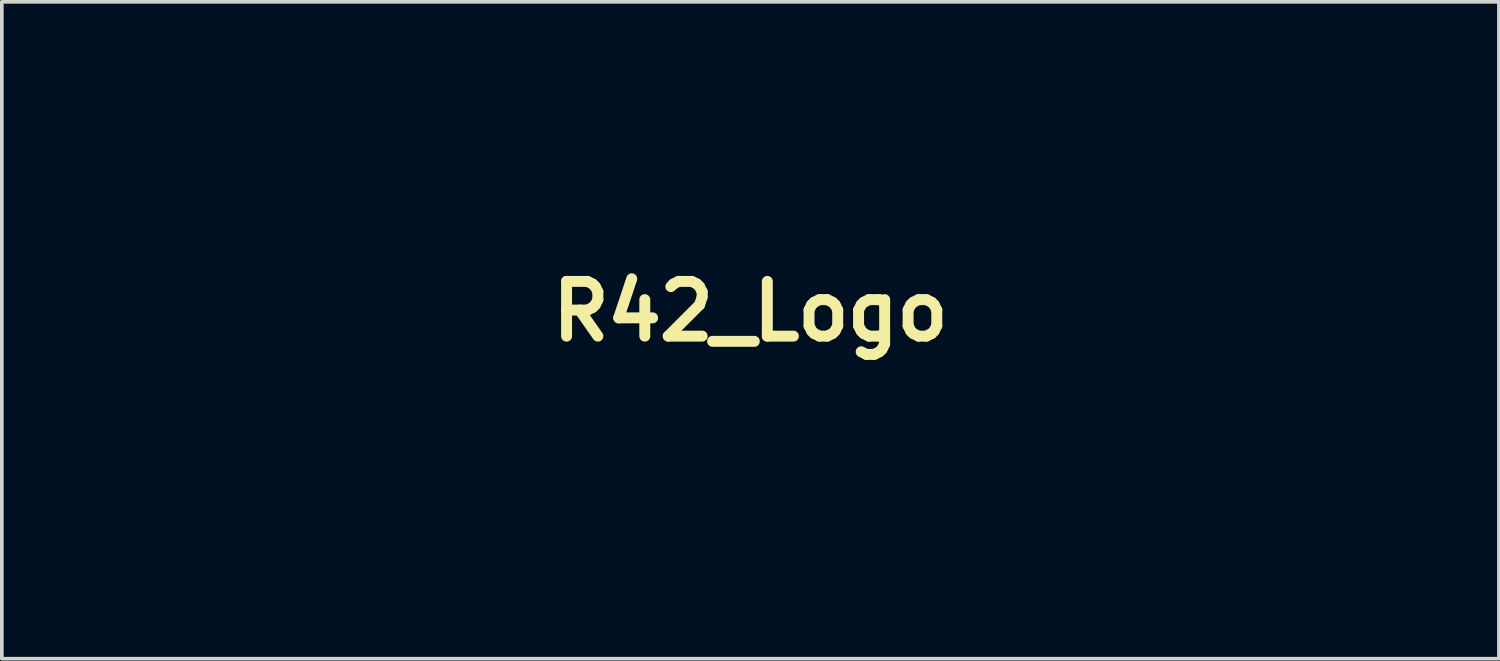
<source format=kicad_pcb>
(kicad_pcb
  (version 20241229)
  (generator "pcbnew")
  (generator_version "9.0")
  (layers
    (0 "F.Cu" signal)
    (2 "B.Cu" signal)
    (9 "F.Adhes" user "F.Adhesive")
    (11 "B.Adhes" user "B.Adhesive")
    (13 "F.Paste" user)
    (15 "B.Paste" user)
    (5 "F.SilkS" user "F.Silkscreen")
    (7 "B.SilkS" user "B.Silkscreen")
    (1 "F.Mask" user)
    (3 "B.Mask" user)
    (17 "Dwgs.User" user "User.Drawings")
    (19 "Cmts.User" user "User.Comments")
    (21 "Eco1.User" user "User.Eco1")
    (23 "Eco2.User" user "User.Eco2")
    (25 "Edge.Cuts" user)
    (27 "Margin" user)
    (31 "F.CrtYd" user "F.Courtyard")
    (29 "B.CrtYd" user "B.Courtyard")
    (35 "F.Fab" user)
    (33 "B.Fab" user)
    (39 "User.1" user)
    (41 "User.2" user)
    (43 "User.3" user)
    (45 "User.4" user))
  (footprint "R42_Logo"
    (layer "F.Cu")
    (at 17.509 5.481)
    (property "Reference" "R42_Logo" (at 0 0 0) (layer "F.SilkS") (effects (font (size 1.5 1.5) (thickness 0.3))))
    (attr board_only exclude_from_pos_files exclude_from_bom)
    (fp_poly (pts (xy -17.462 6.047) (xy -17.486 6.07) (xy -17.509 6.047) (xy -17.486 6.023)) (stroke (width 0) (type solid)) (fill yes) (layer "F.Mask"))
    (fp_poly (pts (xy -16.202 6.28) (xy -16.225 6.303) (xy -16.249 6.28) (xy -16.225 6.257)) (stroke (width 0) (type solid)) (fill yes) (layer "F.Mask"))
    (fp_poly (pts (xy -12.233 1.051) (xy -12.256 1.074) (xy -12.28 1.051) (xy -12.256 1.027)) (stroke (width 0) (type solid)) (fill yes) (layer "F.Mask"))
    (fp_poly (pts (xy -11.813 1.471) (xy -11.836 1.494) (xy -11.86 1.471) (xy -11.836 1.447)) (stroke (width 0) (type solid)) (fill yes) (layer "F.Mask"))
    (fp_poly (pts (xy -11.766 1.844) (xy -11.79 1.868) (xy -11.813 1.844) (xy -11.79 1.821)) (stroke (width 0) (type solid)) (fill yes) (layer "F.Mask"))
    (fp_poly (pts (xy -11.206 1.471) (xy -11.229 1.494) (xy -11.253 1.471) (xy -11.229 1.447)) (stroke (width 0) (type solid)) (fill yes) (layer "F.Mask"))
    (fp_poly (pts (xy -11.019 1.658) (xy -11.042 1.681) (xy -11.066 1.658) (xy -11.042 1.634)) (stroke (width 0) (type solid)) (fill yes) (layer "F.Mask"))
    (fp_poly (pts (xy -9.665 1.704) (xy -9.688 1.728) (xy -9.712 1.704) (xy -9.688 1.681)) (stroke (width 0) (type solid)) (fill yes) (layer "F.Mask"))
    (fp_poly (pts (xy -9.105 -0.584) (xy -9.128 -0.56) (xy -9.151 -0.584) (xy -9.128 -0.607)) (stroke (width 0) (type solid)) (fill yes) (layer "F.Mask"))
    (fp_poly (pts (xy -9.011 -0.63) (xy -9.035 -0.607) (xy -9.058 -0.63) (xy -9.035 -0.654)) (stroke (width 0) (type solid)) (fill yes) (layer "F.Mask"))
    (fp_poly (pts (xy -8.918 -0.677) (xy -8.941 -0.654) (xy -8.965 -0.677) (xy -8.941 -0.7)) (stroke (width 0) (type solid)) (fill yes) (layer "F.Mask"))
    (fp_poly (pts (xy -8.871 0.63) (xy -8.895 0.654) (xy -8.918 0.63) (xy -8.895 0.607)) (stroke (width 0) (type solid)) (fill yes) (layer "F.Mask"))
    (fp_poly (pts (xy -8.825 -0.724) (xy -8.848 -0.7) (xy -8.871 -0.724) (xy -8.848 -0.747)) (stroke (width 0) (type solid)) (fill yes) (layer "F.Mask"))
    (fp_poly (pts (xy -8.825 0.537) (xy -8.848 0.56) (xy -8.871 0.537) (xy -8.848 0.514)) (stroke (width 0) (type solid)) (fill yes) (layer "F.Mask"))
    (fp_poly (pts (xy -8.731 -0.77) (xy -8.755 -0.747) (xy -8.778 -0.77) (xy -8.755 -0.794)) (stroke (width 0) (type solid)) (fill yes) (layer "F.Mask"))
    (fp_poly (pts (xy -8.638 -0.817) (xy -8.661 -0.794) (xy -8.685 -0.817) (xy -8.661 -0.84)) (stroke (width 0) (type solid)) (fill yes) (layer "F.Mask"))
    (fp_poly (pts (xy -8.591 2.872) (xy -8.615 2.895) (xy -8.638 2.872) (xy -8.615 2.848)) (stroke (width 0) (type solid)) (fill yes) (layer "F.Mask"))
    (fp_poly (pts (xy -8.498 2.685) (xy -8.521 2.708) (xy -8.544 2.685) (xy -8.521 2.661)) (stroke (width 0) (type solid)) (fill yes) (layer "F.Mask"))
    (fp_poly (pts (xy -8.404 -0.91) (xy -8.428 -0.887) (xy -8.451 -0.91) (xy -8.428 -0.934)) (stroke (width 0) (type solid)) (fill yes) (layer "F.Mask"))
    (fp_poly (pts (xy -7.377 1.237) (xy -7.401 1.261) (xy -7.424 1.237) (xy -7.401 1.214)) (stroke (width 0) (type solid)) (fill yes) (layer "F.Mask"))
    (fp_poly (pts (xy -7.284 -1.237) (xy -7.307 -1.214) (xy -7.331 -1.237) (xy -7.307 -1.261)) (stroke (width 0) (type solid)) (fill yes) (layer "F.Mask"))
    (fp_poly (pts (xy -7.237 1.424) (xy -7.26 1.447) (xy -7.284 1.424) (xy -7.26 1.401)) (stroke (width 0) (type solid)) (fill yes) (layer "F.Mask"))
    (fp_poly (pts (xy -6.35 1.331) (xy -6.373 1.354) (xy -6.397 1.331) (xy -6.373 1.307)) (stroke (width 0) (type solid)) (fill yes) (layer "F.Mask"))
    (fp_poly (pts (xy -5.603 1.704) (xy -5.626 1.728) (xy -5.65 1.704) (xy -5.626 1.681)) (stroke (width 0) (type solid)) (fill yes) (layer "F.Mask"))
    (fp_poly (pts (xy -5.603 2.171) (xy -5.626 2.194) (xy -5.65 2.171) (xy -5.626 2.148)) (stroke (width 0) (type solid)) (fill yes) (layer "F.Mask"))
    (fp_poly (pts (xy -5.556 0.444) (xy -5.58 0.467) (xy -5.603 0.444) (xy -5.58 0.42)) (stroke (width 0) (type solid)) (fill yes) (layer "F.Mask"))
    (fp_poly (pts (xy -4.576 1.751) (xy -4.599 1.774) (xy -4.622 1.751) (xy -4.599 1.728)) (stroke (width 0) (type solid)) (fill yes) (layer "F.Mask"))
    (fp_poly (pts (xy -4.342 -0.023) (xy -4.366 0) (xy -4.389 -0.023) (xy -4.366 -0.047)) (stroke (width 0) (type solid)) (fill yes) (layer "F.Mask"))
    (fp_poly (pts (xy -3.969 -1.798) (xy -3.992 -1.774) (xy -4.015 -1.798) (xy -3.992 -1.821)) (stroke (width 0) (type solid)) (fill yes) (layer "F.Mask"))
    (fp_poly (pts (xy -3.969 1.751) (xy -3.992 1.774) (xy -4.015 1.751) (xy -3.992 1.728)) (stroke (width 0) (type solid)) (fill yes) (layer "F.Mask"))
    (fp_poly (pts (xy -3.502 1.564) (xy -3.525 1.587) (xy -3.549 1.564) (xy -3.525 1.541)) (stroke (width 0) (type solid)) (fill yes) (layer "F.Mask"))
    (fp_poly (pts (xy -3.175 3.759) (xy -3.198 3.782) (xy -3.222 3.759) (xy -3.198 3.735)) (stroke (width 0) (type solid)) (fill yes) (layer "F.Mask"))
    (fp_poly (pts (xy -3.082 3.852) (xy -3.105 3.875) (xy -3.128 3.852) (xy -3.105 3.829)) (stroke (width 0) (type solid)) (fill yes) (layer "F.Mask"))
    (fp_poly (pts (xy -2.801 4.552) (xy -2.825 4.576) (xy -2.848 4.552) (xy -2.825 4.529)) (stroke (width 0) (type solid)) (fill yes) (layer "F.Mask"))
    (fp_poly (pts (xy -2.381 3.245) (xy -2.405 3.268) (xy -2.428 3.245) (xy -2.405 3.222)) (stroke (width 0) (type solid)) (fill yes) (layer "F.Mask"))
    (fp_poly (pts (xy -2.335 3.105) (xy -2.358 3.128) (xy -2.381 3.105) (xy -2.358 3.082)) (stroke (width 0) (type solid)) (fill yes) (layer "F.Mask"))
    (fp_poly (pts (xy -2.335 5.72) (xy -2.358 5.743) (xy -2.381 5.72) (xy -2.358 5.696)) (stroke (width 0) (type solid)) (fill yes) (layer "F.Mask"))
    (fp_poly (pts (xy -1.914 3.805) (xy -1.938 3.829) (xy -1.961 3.805) (xy -1.938 3.782)) (stroke (width 0) (type solid)) (fill yes) (layer "F.Mask"))
    (fp_poly (pts (xy -1.494 -2.171) (xy -1.517 -2.148) (xy -1.541 -2.171) (xy -1.517 -2.194)) (stroke (width 0) (type solid)) (fill yes) (layer "F.Mask"))
    (fp_poly (pts (xy -1.401 5.626) (xy -1.424 5.65) (xy -1.447 5.626) (xy -1.424 5.603)) (stroke (width 0) (type solid)) (fill yes) (layer "F.Mask"))
    (fp_poly (pts (xy -1.214 -2.124) (xy -1.237 -2.101) (xy -1.261 -2.124) (xy -1.237 -2.148)) (stroke (width 0) (type solid)) (fill yes) (layer "F.Mask"))
    (fp_poly (pts (xy -1.167 5.486) (xy -1.191 5.51) (xy -1.214 5.486) (xy -1.191 5.463)) (stroke (width 0) (type solid)) (fill yes) (layer "F.Mask"))
    (fp_poly (pts (xy -0.794 5.113) (xy -0.817 5.136) (xy -0.84 5.113) (xy -0.817 5.089)) (stroke (width 0) (type solid)) (fill yes) (layer "F.Mask"))
    (fp_poly (pts (xy -0.7 4.973) (xy -0.724 4.996) (xy -0.747 4.973) (xy -0.724 4.949)) (stroke (width 0) (type solid)) (fill yes) (layer "F.Mask"))
    (fp_poly (pts (xy -0.654 4.879) (xy -0.677 4.903) (xy -0.7 4.879) (xy -0.677 4.856)) (stroke (width 0) (type solid)) (fill yes) (layer "F.Mask"))
    (fp_poly (pts (xy -0.42 -2.124) (xy -0.444 -2.101) (xy -0.467 -2.124) (xy -0.444 -2.148)) (stroke (width 0) (type solid)) (fill yes) (layer "F.Mask"))
    (fp_poly (pts (xy 1.307 -2.311) (xy 1.284 -2.288) (xy 1.261 -2.311) (xy 1.284 -2.335)) (stroke (width 0) (type solid)) (fill yes) (layer "F.Mask"))
    (fp_poly (pts (xy 2.008 4.833) (xy 1.984 4.856) (xy 1.961 4.833) (xy 1.984 4.809)) (stroke (width 0) (type solid)) (fill yes) (layer "F.Mask"))
    (fp_poly (pts (xy 3.829 -1.284) (xy 3.805 -1.261) (xy 3.782 -1.284) (xy 3.805 -1.307)) (stroke (width 0) (type solid)) (fill yes) (layer "F.Mask"))
    (fp_poly (pts (xy 5.323 -1.284) (xy 5.299 -1.261) (xy 5.276 -1.284) (xy 5.299 -1.307)) (stroke (width 0) (type solid)) (fill yes) (layer "F.Mask"))
    (fp_poly (pts (xy 5.416 -1.284) (xy 5.393 -1.261) (xy 5.369 -1.284) (xy 5.393 -1.307)) (stroke (width 0) (type solid)) (fill yes) (layer "F.Mask"))
    (fp_poly (pts (xy 5.603 -1.284) (xy 5.58 -1.261) (xy 5.556 -1.284) (xy 5.58 -1.307)) (stroke (width 0) (type solid)) (fill yes) (layer "F.Mask"))
    (fp_poly (pts (xy 5.93 -1.284) (xy 5.906 -1.261) (xy 5.883 -1.284) (xy 5.906 -1.307)) (stroke (width 0) (type solid)) (fill yes) (layer "F.Mask"))
    (fp_poly (pts (xy 8.544 -1.237) (xy 8.521 -1.214) (xy 8.498 -1.237) (xy 8.521 -1.261)) (stroke (width 0) (type solid)) (fill yes) (layer "F.Mask"))
    (fp_poly (pts (xy 10.412 1.051) (xy 10.389 1.074) (xy 10.365 1.051) (xy 10.389 1.027)) (stroke (width 0) (type solid)) (fill yes) (layer "F.Mask"))
    (fp_poly (pts (xy 10.786 -0.117) (xy 10.762 -0.093) (xy 10.739 -0.117) (xy 10.762 -0.14)) (stroke (width 0) (type solid)) (fill yes) (layer "F.Mask"))
    (fp_poly (pts (xy 10.786 3.478) (xy 10.762 3.502) (xy 10.739 3.478) (xy 10.762 3.455)) (stroke (width 0) (type solid)) (fill yes) (layer "F.Mask"))
    (fp_poly (pts (xy 11.066 4.179) (xy 11.042 4.202) (xy 11.019 4.179) (xy 11.042 4.156)) (stroke (width 0) (type solid)) (fill yes) (layer "F.Mask"))
    (fp_poly (pts (xy 11.159 4.319) (xy 11.136 4.342) (xy 11.113 4.319) (xy 11.136 4.296)) (stroke (width 0) (type solid)) (fill yes) (layer "F.Mask"))
    (fp_poly (pts (xy 11.486 0.117) (xy 11.463 0.14) (xy 11.439 0.117) (xy 11.463 0.093)) (stroke (width 0) (type solid)) (fill yes) (layer "F.Mask"))
    (fp_poly (pts (xy 11.579 4.085) (xy 11.556 4.109) (xy 11.533 4.085) (xy 11.556 4.062)) (stroke (width 0) (type solid)) (fill yes) (layer "F.Mask"))
    (fp_poly (pts (xy 11.579 5.206) (xy 11.556 5.229) (xy 11.533 5.206) (xy 11.556 5.183)) (stroke (width 0) (type solid)) (fill yes) (layer "F.Mask"))
    (fp_poly (pts (xy 11.626 4.272) (xy 11.603 4.296) (xy 11.579 4.272) (xy 11.603 4.249)) (stroke (width 0) (type solid)) (fill yes) (layer "F.Mask"))
    (fp_poly (pts (xy 11.673 4.179) (xy 11.649 4.202) (xy 11.626 4.179) (xy 11.649 4.156)) (stroke (width 0) (type solid)) (fill yes) (layer "F.Mask"))
    (fp_poly (pts (xy 12.186 5.113) (xy 12.163 5.136) (xy 12.14 5.113) (xy 12.163 5.089)) (stroke (width 0) (type solid)) (fill yes) (layer "F.Mask"))
    (fp_poly (pts (xy 12.28 1.938) (xy 12.256 1.961) (xy 12.233 1.938) (xy 12.256 1.914)) (stroke (width 0) (type solid)) (fill yes) (layer "F.Mask"))
    (fp_poly (pts (xy 12.653 4.646) (xy 12.63 4.669) (xy 12.607 4.646) (xy 12.63 4.622)) (stroke (width 0) (type solid)) (fill yes) (layer "F.Mask"))
    (fp_poly (pts (xy 12.7 4.552) (xy 12.677 4.576) (xy 12.653 4.552) (xy 12.677 4.529)) (stroke (width 0) (type solid)) (fill yes) (layer "F.Mask"))
    (fp_poly (pts (xy 12.747 4.459) (xy 12.723 4.482) (xy 12.7 4.459) (xy 12.723 4.436)) (stroke (width 0) (type solid)) (fill yes) (layer "F.Mask"))
    (fp_poly (pts (xy 13.821 3.945) (xy 13.797 3.969) (xy 13.774 3.945) (xy 13.797 3.922)) (stroke (width 0) (type solid)) (fill yes) (layer "F.Mask"))
    (fp_poly (pts (xy -12.949 1.837) (xy -12.943 1.892) (xy -12.949 1.899) (xy -12.977 1.892) (xy -12.98 1.868) (xy -12.963 1.829)) (stroke (width 0) (type solid)) (fill yes) (layer "F.Mask"))
    (fp_poly (pts (xy -11.782 1.696) (xy -11.776 1.752) (xy -11.782 1.759) (xy -11.809 1.752) (xy -11.813 1.728) (xy -11.796 1.689)) (stroke (width 0) (type solid)) (fill yes) (layer "F.Mask"))
    (fp_poly (pts (xy -11.081 1.743) (xy -11.076 1.799) (xy -11.081 1.805) (xy -11.109 1.799) (xy -11.113 1.774) (xy -11.095 1.736)) (stroke (width 0) (type solid)) (fill yes) (layer "F.Mask"))
    (fp_poly (pts (xy -5.712 3.677) (xy -5.706 3.773) (xy -5.712 3.794) (xy -5.729 3.8) (xy -5.736 3.735) (xy -5.728 3.669)) (stroke (width 0) (type solid)) (fill yes) (layer "F.Mask"))
    (fp_poly (pts (xy -4.778 1.79) (xy -4.784 1.818) (xy -4.809 1.821) (xy -4.848 1.804) (xy -4.84 1.79) (xy -4.785 1.784)) (stroke (width 0) (type solid)) (fill yes) (layer "F.Mask"))
    (fp_poly (pts (xy -2.303 2.724) (xy -2.298 2.779) (xy -2.303 2.786) (xy -2.331 2.779) (xy -2.335 2.755) (xy -2.317 2.716)) (stroke (width 0) (type solid)) (fill yes) (layer "F.Mask"))
    (fp_poly (pts (xy -1.323 2.584) (xy -1.317 2.639) (xy -1.323 2.646) (xy -1.351 2.639) (xy -1.354 2.615) (xy -1.337 2.576)) (stroke (width 0) (type solid)) (fill yes) (layer "F.Mask"))
    (fp_poly (pts (xy -1.133 -5.118) (xy -1.147 -5.096) (xy -1.195 -5.093) (xy -1.244 -5.104) (xy -1.223 -5.121) (xy -1.15 -5.127)) (stroke (width 0) (type solid)) (fill yes) (layer "F.Mask"))
    (fp_poly (pts (xy -0.949 3.004) (xy -0.944 3.059) (xy -0.949 3.066) (xy -0.977 3.06) (xy -0.981 3.035) (xy -0.963 2.996)) (stroke (width 0) (type solid)) (fill yes) (layer "F.Mask"))
    (fp_poly (pts (xy -0.433 -2.036) (xy -0.447 -2.015) (xy -0.494 -2.011) (xy -0.544 -2.023) (xy -0.522 -2.04) (xy -0.449 -2.045)) (stroke (width 0) (type solid)) (fill yes) (layer "F.Mask"))
    (fp_poly (pts (xy -0.175 -1.992) (xy -0.169 -1.975) (xy -0.233 -1.968) (xy -0.3 -1.976) (xy -0.292 -1.992) (xy -0.196 -1.998)) (stroke (width 0) (type solid)) (fill yes) (layer "F.Mask"))
    (fp_poly (pts (xy 0.034 -1.943) (xy 0.02 -1.921) (xy -0.027 -1.918) (xy -0.077 -1.929) (xy -0.055 -1.946) (xy 0.018 -1.952)) (stroke (width 0) (type solid)) (fill yes) (layer "F.Mask"))
    (fp_poly (pts (xy 0.454 -1.849) (xy 0.44 -1.828) (xy 0.393 -1.825) (xy 0.343 -1.836) (xy 0.365 -1.853) (xy 0.438 -1.858)) (stroke (width 0) (type solid)) (fill yes) (layer "F.Mask"))
    (fp_poly (pts (xy 1.198 -2.366) (xy 1.204 -2.31) (xy 1.198 -2.303) (xy 1.171 -2.31) (xy 1.167 -2.335) (xy 1.184 -2.373)) (stroke (width 0) (type solid)) (fill yes) (layer "F.Mask"))
    (fp_poly (pts (xy 1.245 -2.506) (xy 1.251 -2.45) (xy 1.245 -2.444) (xy 1.217 -2.45) (xy 1.214 -2.475) (xy 1.231 -2.513)) (stroke (width 0) (type solid)) (fill yes) (layer "F.Mask"))
    (fp_poly (pts (xy 1.338 -2.459) (xy 1.344 -2.404) (xy 1.338 -2.397) (xy 1.311 -2.403) (xy 1.307 -2.428) (xy 1.324 -2.466)) (stroke (width 0) (type solid)) (fill yes) (layer "F.Mask"))
    (fp_poly (pts (xy 1.526 -3.09) (xy 1.532 -3.017) (xy 1.522 -3.001) (xy 1.501 -3.015) (xy 1.498 -3.062) (xy 1.509 -3.112)) (stroke (width 0) (type solid)) (fill yes) (layer "F.Mask"))
    (fp_poly (pts (xy 5.587 -0.498) (xy 5.581 -0.47) (xy 5.556 -0.467) (xy 5.518 -0.484) (xy 5.525 -0.498) (xy 5.581 -0.504)) (stroke (width 0) (type solid)) (fill yes) (layer "F.Mask"))
    (fp_poly (pts (xy 5.801 -1.292) (xy 5.807 -1.275) (xy 5.743 -1.268) (xy 5.677 -1.275) (xy 5.685 -1.292) (xy 5.78 -1.298)) (stroke (width 0) (type solid)) (fill yes) (layer "F.Mask"))
    (fp_poly (pts (xy 7.809 -1.292) (xy 7.815 -1.275) (xy 7.751 -1.268) (xy 7.684 -1.275) (xy 7.692 -1.292) (xy 7.788 -1.298)) (stroke (width 0) (type solid)) (fill yes) (layer "F.Mask"))
    (fp_poly (pts (xy -5.207 0.299) (xy -5.126 0.323) (xy -5.136 0.349) (xy -5.211 0.363) (xy -5.288 0.357) (xy -5.302 0.331) (xy -5.239 0.298)) (stroke (width 0) (type solid)) (fill yes) (layer "F.Mask"))
    (fp_poly (pts (xy 1.468 -2.14) (xy 1.451 -2.106) (xy 1.404 -2.073) (xy 1.382 -2.093) (xy 1.386 -2.157) (xy 1.403 -2.173) (xy 1.465 -2.189)) (stroke (width 0) (type solid)) (fill yes) (layer "F.Mask"))
    (fp_poly (pts (xy 10.182 0.912) (xy 10.223 0.951) (xy 10.175 0.965) (xy 10.157 0.965) (xy 10.111 0.944) (xy 10.114 0.925) (xy 10.168 0.906)) (stroke (width 0) (type solid)) (fill yes) (layer "F.Mask"))
    (fp_poly (pts (xy -12.842 1.611) (xy -12.865 1.688) (xy -12.887 1.728) (xy -12.924 1.765) (xy -12.932 1.751) (xy -12.909 1.674) (xy -12.887 1.634) (xy -12.85 1.597)) (stroke (width 0) (type solid)) (fill yes) (layer "F.Mask"))
    (fp_poly (pts (xy -12.761 1.478) (xy -12.77 1.494) (xy -12.814 1.539) (xy -12.822 1.541) (xy -12.825 1.511) (xy -12.817 1.494) (xy -12.773 1.45) (xy -12.765 1.447)) (stroke (width 0) (type solid)) (fill yes) (layer "F.Mask"))
    (fp_poly (pts (xy -9.213 -0.53) (xy -9.222 -0.514) (xy -9.266 -0.469) (xy -9.274 -0.467) (xy -9.277 -0.497) (xy -9.268 -0.514) (xy -9.224 -0.558) (xy -9.216 -0.56)) (stroke (width 0) (type solid)) (fill yes) (layer "F.Mask"))
    (fp_poly (pts (xy -7.765 2.038) (xy -7.774 2.054) (xy -7.818 2.099) (xy -7.826 2.101) (xy -7.829 2.071) (xy -7.821 2.054) (xy -7.777 2.01) (xy -7.769 2.008)) (stroke (width 0) (type solid)) (fill yes) (layer "F.Mask"))
    (fp_poly (pts (xy -7.579 1.431) (xy -7.587 1.447) (xy -7.631 1.492) (xy -7.64 1.494) (xy -7.643 1.464) (xy -7.634 1.447) (xy -7.59 1.403) (xy -7.582 1.401)) (stroke (width 0) (type solid)) (fill yes) (layer "F.Mask"))
    (fp_poly (pts (xy -6.038 2.925) (xy -6.047 2.942) (xy -6.091 2.986) (xy -6.099 2.988) (xy -6.102 2.958) (xy -6.093 2.942) (xy -6.049 2.897) (xy -6.041 2.895)) (stroke (width 0) (type solid)) (fill yes) (layer "F.Mask"))
    (fp_poly (pts (xy -5.392 1.182) (xy -5.358 1.208) (xy -5.293 1.266) (xy -5.276 1.29) (xy -5.299 1.304) (xy -5.361 1.244) (xy -5.375 1.226) (xy -5.416 1.17)) (stroke (width 0) (type solid)) (fill yes) (layer "F.Mask"))
    (fp_poly (pts (xy -5.105 1.569) (xy -5.113 1.587) (xy -5.155 1.632) (xy -5.162 1.634) (xy -5.182 1.598) (xy -5.183 1.587) (xy -5.147 1.543) (xy -5.133 1.541)) (stroke (width 0) (type solid)) (fill yes) (layer "F.Mask"))
    (fp_poly (pts (xy -4.224 1.742) (xy -4.191 1.768) (xy -4.126 1.826) (xy -4.109 1.85) (xy -4.132 1.864) (xy -4.194 1.804) (xy -4.208 1.786) (xy -4.249 1.731)) (stroke (width 0) (type solid)) (fill yes) (layer "F.Mask"))
    (fp_poly (pts (xy -2.703 4.329) (xy -2.674 4.404) (xy -2.692 4.539) (xy -2.698 4.56) (xy -2.745 4.739) (xy -2.75 4.508) (xy -2.747 4.372) (xy -2.73 4.318)) (stroke (width 0) (type solid)) (fill yes) (layer "F.Mask"))
    (fp_poly (pts (xy -2.054 4.432) (xy -2.092 4.482) (xy -2.124 4.499) (xy -2.185 4.503) (xy -2.194 4.486) (xy -2.157 4.436) (xy -2.124 4.419) (xy -2.064 4.415)) (stroke (width 0) (type solid)) (fill yes) (layer "F.Mask"))
    (fp_poly (pts (xy -1.837 2.316) (xy -1.844 2.335) (xy -1.886 2.379) (xy -1.894 2.381) (xy -1.914 2.345) (xy -1.914 2.335) (xy -1.878 2.29) (xy -1.865 2.288)) (stroke (width 0) (type solid)) (fill yes) (layer "F.Mask"))
    (fp_poly (pts (xy -1.193 5.072) (xy -1.193 5.126) (xy -1.268 5.168) (xy -1.297 5.174) (xy -1.374 5.164) (xy -1.389 5.1) (xy -1.36 5.036) (xy -1.273 5.033)) (stroke (width 0) (type solid)) (fill yes) (layer "F.Mask"))
    (fp_poly (pts (xy -1.101 4.239) (xy -1.107 4.296) (xy -1.134 4.371) (xy -1.149 4.389) (xy -1.164 4.35) (xy -1.167 4.296) (xy -1.15 4.22) (xy -1.125 4.202)) (stroke (width 0) (type solid)) (fill yes) (layer "F.Mask"))
    (fp_poly (pts (xy -0.479 -0.407) (xy -0.45 -0.397) (xy -0.503 -0.39) (xy -0.607 -0.388) (xy -0.722 -0.39) (xy -0.765 -0.398) (xy -0.735 -0.407) (xy -0.585 -0.415)) (stroke (width 0) (type solid)) (fill yes) (layer "F.Mask"))
    (fp_poly (pts (xy 0.362 -0.454) (xy 0.391 -0.443) (xy 0.338 -0.436) (xy 0.233 -0.434) (xy 0.118 -0.437) (xy 0.075 -0.445) (xy 0.105 -0.454) (xy 0.256 -0.461)) (stroke (width 0) (type solid)) (fill yes) (layer "F.Mask"))
    (fp_poly (pts (xy 1.347 -2.801) (xy 1.33 -2.702) (xy 1.307 -2.638) (xy 1.276 -2.587) (xy 1.267 -2.615) (xy 1.285 -2.715) (xy 1.307 -2.778) (xy 1.338 -2.829)) (stroke (width 0) (type solid)) (fill yes) (layer "F.Mask"))
    (fp_poly (pts (xy 1.487 -2.851) (xy 1.461 -2.764) (xy 1.447 -2.731) (xy 1.416 -2.679) (xy 1.405 -2.708) (xy 1.427 -2.808) (xy 1.447 -2.848) (xy 1.482 -2.885)) (stroke (width 0) (type solid)) (fill yes) (layer "F.Mask"))
    (fp_poly (pts (xy 2.51 -0.406) (xy 2.521 -0.393) (xy 2.454 -0.386) (xy 2.405 -0.385) (xy 2.314 -0.39) (xy 2.3 -0.4) (xy 2.323 -0.407) (xy 2.445 -0.414)) (stroke (width 0) (type solid)) (fill yes) (layer "F.Mask"))
    (fp_poly (pts (xy 10.412 1.144) (xy 10.457 1.186) (xy 10.459 1.193) (xy 10.423 1.213) (xy 10.412 1.214) (xy 10.367 1.178) (xy 10.365 1.165) (xy 10.394 1.137)) (stroke (width 0) (type solid)) (fill yes) (layer "F.Mask"))
    (fp_poly (pts (xy 11.949 3.119) (xy 11.953 3.149) (xy 11.931 3.224) (xy 11.916 3.239) (xy 11.887 3.22) (xy 11.88 3.172) (xy 11.895 3.098) (xy 11.916 3.082)) (stroke (width 0) (type solid)) (fill yes) (layer "F.Mask"))
    (fp_poly (pts (xy 12.139 2.698) (xy 12.14 2.708) (xy 12.104 2.753) (xy 12.09 2.755) (xy 12.062 2.726) (xy 12.07 2.708) (xy 12.112 2.664) (xy 12.119 2.661)) (stroke (width 0) (type solid)) (fill yes) (layer "F.Mask"))
    (fp_poly (pts (xy -1.666 3.301) (xy -1.657 3.374) (xy -1.699 3.436) (xy -1.74 3.467) (xy -1.729 3.447) (xy -1.713 3.367) (xy -1.734 3.33) (xy -1.76 3.277) (xy -1.736 3.268)) (stroke (width 0) (type solid)) (fill yes) (layer "F.Mask"))
    (fp_poly (pts (xy 8.534 -0.454) (xy 8.559 -0.444) (xy 8.504 -0.437) (xy 8.381 -0.435) (xy 8.261 -0.437) (xy 8.215 -0.444) (xy 8.252 -0.454) (xy 8.254 -0.454) (xy 8.406 -0.462)) (stroke (width 0) (type solid)) (fill yes) (layer "F.Mask"))
    (fp_poly (pts (xy -1.34 2.792) (xy -1.364 2.884) (xy -1.368 2.895) (xy -1.425 3.008) (xy -1.478 3.03) (xy -1.516 2.99) (xy -1.508 2.93) (xy -1.457 2.845) (xy -1.391 2.775) (xy -1.348 2.755)) (stroke (width 0) (type solid)) (fill yes) (layer "F.Mask"))
    (fp_poly (pts (xy 11.209 4.021) (xy 11.209 4.028) (xy 11.206 4.102) (xy 11.206 4.132) (xy 11.184 4.194) (xy 11.165 4.202) (xy 11.134 4.162) (xy 11.124 4.084) (xy 11.139 4.001) (xy 11.169 3.98)) (stroke (width 0) (type solid)) (fill yes) (layer "F.Mask"))
    (fp_poly (pts (xy 11.463 2.683) (xy 11.421 2.764) (xy 11.412 2.778) (xy 11.334 2.87) (xy 11.277 2.89) (xy 11.253 2.833) (xy 11.253 2.826) (xy 11.29 2.752) (xy 11.343 2.71) (xy 11.438 2.667)) (stroke (width 0) (type solid)) (fill yes) (layer "F.Mask"))
    (fp_poly (pts (xy 11.646 3.836) (xy 11.665 3.933) (xy 11.66 3.975) (xy 11.643 4.031) (xy 11.632 4.009) (xy 11.588 3.928) (xy 11.548 3.902) (xy 11.498 3.864) (xy 11.525 3.818) (xy 11.593 3.791)) (stroke (width 0) (type solid)) (fill yes) (layer "F.Mask"))
    (fp_poly (pts (xy 12.285 4.599) (xy 12.326 4.622) (xy 12.371 4.659) (xy 12.329 4.668) (xy 12.319 4.668) (xy 12.203 4.686) (xy 12.166 4.698) (xy 12.114 4.701) (xy 12.121 4.651) (xy 12.183 4.583)) (stroke (width 0) (type solid)) (fill yes) (layer "F.Mask"))
    (fp_poly (pts (xy -2.362 2.884) (xy -2.416 2.971) (xy -2.442 3.005) (xy -2.517 3.083) (xy -2.57 3.108) (xy -2.575 3.106) (xy -2.593 3.033) (xy -2.556 2.942) (xy -2.483 2.876) (xy -2.466 2.869) (xy -2.379 2.852)) (stroke (width 0) (type solid)) (fill yes) (layer "F.Mask"))
    (fp_poly (pts (xy 4.402 -1.297) (xy 4.425 -1.295) (xy 4.463 -1.287) (xy 4.418 -1.28) (xy 4.3 -1.277) (xy 4.226 -1.277) (xy 4.081 -1.279) (xy 4.009 -1.284) (xy 4.017 -1.291) (xy 4.052 -1.295) (xy 4.228 -1.302)) (stroke (width 0) (type solid)) (fill yes) (layer "F.Mask"))
    (fp_poly (pts (xy -12.119 1.147) (xy -12.018 1.2) (xy -11.923 1.269) (xy -11.864 1.333) (xy -11.86 1.37) (xy -11.905 1.357) (xy -11.982 1.293) (xy -11.991 1.284) (xy -12.097 1.199) (xy -12.2 1.153) (xy -12.303 1.133) (xy -12.201 1.127)) (stroke (width 0) (type solid)) (fill yes) (layer "F.Mask"))
    (fp_poly (pts (xy -9.338 -0.455) (xy -9.372 -0.419) (xy -9.455 -0.352) (xy -9.478 -0.334) (xy -9.568 -0.277) (xy -9.616 -0.263) (xy -9.618 -0.269) (xy -9.582 -0.316) (xy -9.493 -0.38) (xy -9.478 -0.389) (xy -9.386 -0.44) (xy -9.34 -0.457)) (stroke (width 0) (type solid)) (fill yes) (layer "F.Mask"))
    (fp_poly (pts (xy -1.934 2.719) (xy -1.961 2.748) (xy -2.042 2.814) (xy -2.188 2.924) (xy -2.23 2.956) (xy -2.281 2.974) (xy -2.288 2.954) (xy -2.249 2.88) (xy -2.152 2.8) (xy -2.028 2.738) (xy -2.008 2.731) (xy -1.952 2.716)) (stroke (width 0) (type solid)) (fill yes) (layer "F.Mask"))
    (fp_poly (pts (xy 11.735 2.641) (xy 11.806 2.695) (xy 11.792 2.758) (xy 11.766 2.778) (xy 11.723 2.771) (xy 11.719 2.752) (xy 11.682 2.717) (xy 11.618 2.724) (xy 11.55 2.736) (xy 11.561 2.707) (xy 11.587 2.681) (xy 11.678 2.636)) (stroke (width 0) (type solid)) (fill yes) (layer "F.Mask"))
    (fp_poly (pts (xy -6.609 2.913) (xy -6.542 2.939) (xy -6.429 2.974) (xy -6.295 2.989) (xy -6.199 2.996) (xy -6.187 3.017) (xy -6.21 3.035) (xy -6.311 3.074) (xy -6.433 3.062) (xy -6.583 3.004) (xy -6.673 2.954) (xy -6.7 2.917) (xy -6.691 2.91)) (stroke (width 0) (type solid)) (fill yes) (layer "F.Mask"))
    (fp_poly (pts (xy -12.116 2.66) (xy -12.228 2.756) (xy -12.36 2.831) (xy -12.467 2.876) (xy -12.525 2.887) (xy -12.572 2.865) (xy -12.619 2.829) (xy -12.661 2.79) (xy -12.638 2.773) (xy -12.537 2.771) (xy -12.517 2.772) (xy -12.306 2.736) (xy -12.177 2.664) (xy -12.023 2.552)) (stroke (width 0) (type solid)) (fill yes) (layer "F.Mask"))
    (fp_poly (pts (xy -0.643 2.514) (xy -0.607 2.593) (xy -0.58 2.733) (xy -0.565 2.898) (xy -0.566 3.055) (xy -0.579 3.149) (xy -0.621 3.254) (xy -0.668 3.273) (xy -0.713 3.212) (xy -0.75 3.076) (xy -0.765 2.964) (xy -0.774 2.768) (xy -0.759 2.615) (xy -0.725 2.518) (xy -0.675 2.493)) (stroke (width 0) (type solid)) (fill yes) (layer "F.Mask"))
    (fp_poly (pts (xy 11.713 2.041) (xy 11.719 2.071) (xy 11.734 2.175) (xy 11.747 2.226) (xy 11.76 2.279) (xy 11.732 2.251) (xy 11.729 2.246) (xy 11.688 2.21) (xy 11.662 2.26) (xy 11.66 2.269) (xy 11.643 2.297) (xy 11.633 2.236) (xy 11.632 2.209) (xy 11.641 2.097) (xy 11.671 2.032) (xy 11.673 2.031)) (stroke (width 0) (type solid)) (fill yes) (layer "F.Mask"))
    (fp_poly (pts (xy 12.724 2.39) (xy 12.736 2.443) (xy 12.746 2.557) (xy 12.754 2.701) (xy 12.757 2.843) (xy 12.754 2.95) (xy 12.754 2.953) (xy 12.728 3.032) (xy 12.682 3.035) (xy 12.633 2.976) (xy 12.597 2.865) (xy 12.593 2.839) (xy 12.598 2.617) (xy 12.637 2.508) (xy 12.689 2.421) (xy 12.722 2.389)) (stroke (width 0) (type solid)) (fill yes) (layer "F.Mask"))
    (fp_poly (pts (xy 12.741 3.856) (xy 12.747 3.872) (xy 12.717 3.941) (xy 12.644 4.037) (xy 12.555 4.129) (xy 12.478 4.19) (xy 12.451 4.199) (xy 12.426 4.186) (xy 12.454 4.171) (xy 12.489 4.129) (xy 12.463 4.055) (xy 12.433 3.952) (xy 12.438 3.895) (xy 12.491 3.854) (xy 12.585 3.832) (xy 12.681 3.831)) (stroke (width 0) (type solid)) (fill yes) (layer "F.Mask"))
    (fp_poly (pts (xy -5.955 1.254) (xy -5.866 1.311) (xy -5.767 1.405) (xy -5.691 1.506) (xy -5.656 1.587) (xy -5.661 1.615) (xy -5.694 1.593) (xy -5.745 1.514) (xy -5.745 1.513) (xy -5.862 1.378) (xy -6.022 1.296) (xy -6.19 1.285) (xy -6.198 1.287) (xy -6.278 1.299) (xy -6.278 1.282) (xy -6.257 1.265) (xy -6.114 1.217)) (stroke (width 0) (type solid)) (fill yes) (layer "F.Mask"))
    (fp_poly (pts (xy -0.673 4.161) (xy -0.622 4.185) (xy -0.626 4.23) (xy -0.693 4.346) (xy -0.805 4.484) (xy -0.932 4.61) (xy -0.974 4.644) (xy -1.049 4.698) (xy -1.062 4.691) (xy -1.027 4.622) (xy -0.951 4.446) (xy -0.922 4.302) (xy -0.944 4.211) (xy -0.948 4.207) (xy -0.955 4.174) (xy -0.884 4.158) (xy -0.798 4.156)) (stroke (width 0) (type solid)) (fill yes) (layer "F.Mask"))
    (fp_poly (pts (xy 11.64 2.908) (xy 11.712 2.981) (xy 11.741 3.11) (xy 11.723 3.267) (xy 11.699 3.338) (xy 11.637 3.459) (xy 11.579 3.497) (xy 11.509 3.459) (xy 11.495 3.446) (xy 11.442 3.347) (xy 11.462 3.257) (xy 11.544 3.208) (xy 11.649 3.188) (xy 11.541 3.181) (xy 11.464 3.161) (xy 11.458 3.096) (xy 11.465 3.07) (xy 11.523 2.941) (xy 11.597 2.9)) (stroke (width 0) (type solid)) (fill yes) (layer "F.Mask"))
    (fp_poly (pts (xy 12.113 1.432) (xy 12.212 1.508) (xy 12.314 1.604) (xy 12.392 1.695) (xy 12.42 1.75) (xy 12.381 1.808) (xy 12.287 1.865) (xy 12.283 1.866) (xy 12.19 1.925) (xy 12.169 1.984) (xy 12.162 2.057) (xy 12.144 2.075) (xy 12.099 2.059) (xy 12.066 1.986) (xy 12.054 1.847) (xy 12.065 1.754) (xy 12.07 1.657) (xy 12.046 1.611) (xy 12.009 1.552) (xy 12.002 1.469) (xy 12.025 1.408) (xy 12.045 1.401)) (stroke (width 0) (type solid)) (fill yes) (layer "F.Mask"))
    (fp_poly (pts (xy -3.043 4.365) (xy -3.056 4.429) (xy -3.059 4.522) (xy -3.015 4.558) (xy -2.964 4.6) (xy -2.966 4.624) (xy -2.949 4.675) (xy -2.878 4.749) (xy -2.872 4.754) (xy -2.775 4.851) (xy -2.766 4.924) (xy -2.829 4.968) (xy -2.989 4.993) (xy -3.111 4.936) (xy -3.147 4.891) (xy -3.224 4.758) (xy -3.292 4.619) (xy -3.341 4.498) (xy -3.358 4.424) (xy -3.355 4.413) (xy -3.297 4.389) (xy -3.188 4.361) (xy -3.178 4.359) (xy -3.076 4.344)) (stroke (width 0) (type solid)) (fill yes) (layer "F.Mask"))
    (fp_poly (pts (xy 10.295 1.063) (xy 10.321 1.144) (xy 10.301 1.23) (xy 10.245 1.279) (xy 10.178 1.303) (xy 10.135 1.292) (xy 10.085 1.261) (xy 10.047 1.223) (xy 10.074 1.215) (xy 10.123 1.193) (xy 10.148 1.193) (xy 10.158 1.256) (xy 10.192 1.23) (xy 10.2 1.217) (xy 10.198 1.158) (xy 10.187 1.149) (xy 10.152 1.163) (xy 10.148 1.193) (xy 10.123 1.193) (xy 10.124 1.192) (xy 10.126 1.179) (xy 10.135 1.07) (xy 10.207 1.028) (xy 10.225 1.027)) (stroke (width 0) (type solid)) (fill yes) (layer "F.Mask"))
    (fp_poly (pts (xy 10.81 4.036) (xy 10.853 4.101) (xy 10.856 4.11) (xy 10.899 4.172) (xy 10.936 4.172) (xy 10.965 4.17) (xy 10.954 4.195) (xy 10.962 4.26) (xy 11.029 4.348) (xy 11.042 4.361) (xy 11.119 4.442) (xy 11.118 4.491) (xy 11.034 4.534) (xy 11.001 4.546) (xy 10.942 4.56) (xy 10.958 4.524) (xy 10.966 4.513) (xy 10.993 4.445) (xy 10.947 4.387) (xy 10.881 4.311) (xy 10.81 4.202) (xy 10.755 4.096) (xy 10.739 4.041) (xy 10.762 4.01)) (stroke (width 0) (type solid)) (fill yes) (layer "F.Mask"))
    (fp_poly (pts (xy 11.56 1.569) (xy 11.531 1.805) (xy 11.503 1.961) (xy 11.474 2.053) (xy 11.439 2.095) (xy 11.411 2.101) (xy 11.367 2.083) (xy 11.389 2.015) (xy 11.391 2.011) (xy 11.433 1.916) (xy 11.416 1.875) (xy 11.343 1.868) (xy 11.279 1.886) (xy 11.276 1.914) (xy 11.283 1.957) (xy 11.233 1.951) (xy 11.147 1.903) (xy 11.106 1.872) (xy 10.997 1.783) (xy 11.09 1.68) (xy 11.183 1.592) (xy 11.316 1.486) (xy 11.387 1.435) (xy 11.592 1.294)) (stroke (width 0) (type solid)) (fill yes) (layer "F.Mask"))
    (fp_poly (pts (xy -12.418 1.15) (xy -12.407 1.205) (xy -12.479 1.273) (xy -12.487 1.278) (xy -12.57 1.324) (xy -12.607 1.327) (xy -12.607 1.326) (xy -12.637 1.325) (xy -12.688 1.357) (xy -12.708 1.364) (xy -12.67 1.315) (xy -12.647 1.29) (xy -12.607 1.29) (xy -12.584 1.304) (xy -12.522 1.244) (xy -12.507 1.226) (xy -12.467 1.17) (xy -12.491 1.182) (xy -12.525 1.208) (xy -12.59 1.266) (xy -12.607 1.29) (xy -12.647 1.29) (xy -12.619 1.259) (xy -12.511 1.161) (xy -12.441 1.138)) (stroke (width 0) (type solid)) (fill yes) (layer "F.Mask"))
    (fp_poly (pts (xy 11.878 4.52) (xy 11.924 4.619) (xy 11.922 4.662) (xy 11.887 4.669) (xy 11.804 4.701) (xy 11.785 4.723) (xy 11.788 4.756) (xy 11.868 4.747) (xy 11.873 4.746) (xy 11.969 4.739) (xy 12.017 4.794) (xy 12.025 4.815) (xy 12.022 4.918) (xy 11.938 4.979) (xy 11.808 4.995) (xy 11.721 4.984) (xy 11.701 4.928) (xy 11.709 4.872) (xy 11.714 4.787) (xy 11.68 4.781) (xy 11.68 4.782) (xy 11.635 4.785) (xy 11.636 4.722) (xy 11.68 4.604) (xy 11.716 4.532) (xy 11.801 4.371)) (stroke (width 0) (type solid)) (fill yes) (layer "F.Mask"))
    (fp_poly (pts (xy 11.434 4.147) (xy 11.437 4.191) (xy 11.433 4.309) (xy 11.435 4.366) (xy 11.447 4.426) (xy 11.479 4.399) (xy 11.482 4.393) (xy 11.509 4.383) (xy 11.516 4.464) (xy 11.514 4.51) (xy 11.485 4.66) (xy 11.424 4.786) (xy 11.415 4.798) (xy 11.332 4.882) (xy 11.275 4.898) (xy 11.237 4.871) (xy 11.207 4.786) (xy 11.218 4.67) (xy 11.266 4.57) (xy 11.274 4.561) (xy 11.317 4.496) (xy 11.315 4.467) (xy 11.302 4.405) (xy 11.314 4.3) (xy 11.343 4.193) (xy 11.379 4.12) (xy 11.398 4.109)) (stroke (width 0) (type solid)) (fill yes) (layer "F.Mask"))
    (fp_poly (pts (xy 12.461 3.111) (xy 12.629 3.17) (xy 12.75 3.227) (xy 12.827 3.271) (xy 12.84 3.285) (xy 12.819 3.346) (xy 12.766 3.447) (xy 12.701 3.559) (xy 12.641 3.649) (xy 12.604 3.689) (xy 12.603 3.689) (xy 12.586 3.647) (xy 12.579 3.542) (xy 12.581 3.481) (xy 12.574 3.327) (xy 12.544 3.25) (xy 12.501 3.254) (xy 12.459 3.343) (xy 12.44 3.435) (xy 12.413 3.566) (xy 12.381 3.653) (xy 12.368 3.669) (xy 12.325 3.683) (xy 12.323 3.68) (xy 12.316 3.628) (xy 12.304 3.525) (xy 12.28 3.375) (xy 12.256 3.261) (xy 12.258 3.154) (xy 12.328 3.103)) (stroke (width 0) (type solid)) (fill yes) (layer "F.Mask"))
    (fp_poly (pts (xy -1.831 4.869) (xy -1.782 4.945) (xy -1.717 5.065) (xy -1.649 5.2) (xy -1.59 5.326) (xy -1.555 5.415) (xy -1.551 5.442) (xy -1.603 5.457) (xy -1.716 5.476) (xy -1.776 5.484) (xy -1.887 5.495) (xy -1.937 5.491) (xy -1.931 5.484) (xy -1.898 5.425) (xy -1.902 5.365) (xy -1.938 5.301) (xy -2.016 5.292) (xy -2.061 5.301) (xy -2.153 5.315) (xy -2.174 5.286) (xy -2.148 5.206) (xy -1.821 5.206) (xy -1.798 5.229) (xy -1.774 5.206) (xy -1.798 5.183) (xy -1.821 5.206) (xy -2.148 5.206) (xy -2.147 5.203) (xy -2.078 5.065) (xy -1.994 4.949) (xy -1.91 4.874) (xy -1.845 4.858)) (stroke (width 0) (type solid)) (fill yes) (layer "F.Mask"))
    (fp_poly (pts (xy 12.552 1.953) (xy 12.604 2.047) (xy 12.609 2.061) (xy 12.645 2.167) (xy 12.629 2.232) (xy 12.57 2.289) (xy 12.508 2.359) (xy 12.504 2.406) (xy 12.496 2.423) (xy 12.449 2.411) (xy 12.39 2.401) (xy 12.377 2.446) (xy 12.389 2.516) (xy 12.386 2.653) (xy 12.348 2.71) (xy 12.294 2.739) (xy 12.28 2.689) (xy 12.28 2.682) (xy 12.25 2.585) (xy 12.198 2.505) (xy 12.157 2.449) (xy 12.172 2.444) (xy 12.212 2.437) (xy 12.219 2.349) (xy 12.228 2.253) (xy 12.284 2.22) (xy 12.303 2.219) (xy 12.381 2.184) (xy 12.397 2.124) (xy 12.419 2.009) (xy 12.472 1.929) (xy 12.51 1.914)) (stroke (width 0) (type solid)) (fill yes) (layer "F.Mask"))
    (fp_poly (pts (xy -0.914 1.911) (xy -0.856 1.986) (xy -0.778 2.129) (xy -0.734 2.229) (xy -0.741 2.283) (xy -0.807 2.329) (xy -0.821 2.337) (xy -0.898 2.4) (xy -0.914 2.46) (xy -0.928 2.514) (xy -0.959 2.521) (xy -1.014 2.562) (xy -1.027 2.632) (xy -1.052 2.741) (xy -1.09 2.795) (xy -1.132 2.809) (xy -1.168 2.759) (xy -1.208 2.631) (xy -1.209 2.626) (xy -1.256 2.427) (xy -1.273 2.301) (xy -1.262 2.233) (xy -1.233 2.21) (xy -1.177 2.232) (xy -1.14 2.285) (xy -1.086 2.349) (xy -1.03 2.337) (xy -0.988 2.289) (xy -1.002 2.211) (xy -1.019 2.171) (xy -1.051 2.062) (xy -1.022 1.973) (xy -1.011 1.957) (xy -0.962 1.905)) (stroke (width 0) (type solid)) (fill yes) (layer "F.Mask"))
    (fp_poly (pts (xy 11.934 1.309) (xy 11.947 1.38) (xy 11.952 1.517) (xy 11.953 1.676) (xy 11.949 1.865) (xy 11.937 2.016) (xy 11.921 2.106) (xy 11.913 2.121) (xy 11.889 2.18) (xy 11.894 2.258) (xy 11.893 2.355) (xy 11.869 2.399) (xy 11.838 2.374) (xy 11.808 2.27) (xy 11.79 2.148) (xy 11.762 1.984) (xy 11.86 1.984) (xy 11.883 2.008) (xy 11.906 1.984) (xy 11.883 1.961) (xy 11.86 1.984) (xy 11.762 1.984) (xy 11.76 1.972) (xy 11.722 1.883) (xy 11.692 1.868) (xy 11.651 1.839) (xy 11.631 1.745) (xy 11.626 1.611) (xy 11.634 1.47) (xy 11.654 1.377) (xy 11.673 1.354) (xy 11.772 1.344) (xy 11.871 1.301) (xy 11.871 1.301) (xy 11.91 1.288)) (stroke (width 0) (type solid)) (fill yes) (layer "F.Mask"))
    (fp_poly (pts (xy -1.887 2.855) (xy -1.893 2.923) (xy -1.948 2.987) (xy -2.011 3.053) (xy -2.003 3.115) (xy -1.979 3.152) (xy -1.922 3.3) (xy -1.928 3.476) (xy -1.996 3.638) (xy -2.011 3.659) (xy -2.089 3.748) (xy -2.151 3.772) (xy -2.239 3.743) (xy -2.269 3.728) (xy -2.343 3.659) (xy -2.345 3.568) (xy -2.307 3.484) (xy -2.219 3.456) (xy -2.186 3.455) (xy -2.098 3.443) (xy -2.074 3.414) (xy -2.075 3.413) (xy -2.135 3.386) (xy -2.24 3.381) (xy -2.332 3.381) (xy -2.346 3.357) (xy -2.316 3.318) (xy -2.274 3.233) (xy -2.274 3.188) (xy -2.25 3.134) (xy -2.163 3.069) (xy -2.127 3.05) (xy -2.021 2.984) (xy -1.979 2.922) (xy -1.981 2.91) (xy -1.978 2.842) (xy -1.931 2.821)) (stroke (width 0) (type solid)) (fill yes) (layer "F.Mask"))
    (fp_poly (pts (xy 0.201 -2.434) (xy -0.025 -2.415) (xy -0.202 -2.389) (xy -0.312 -2.36) (xy -0.334 -2.346) (xy -0.424 -2.3) (xy -0.511 -2.286) (xy -0.644 -2.261) (xy -0.747 -2.218) (xy -0.855 -2.165) (xy -0.917 -2.152) (xy -0.919 -2.179) (xy -0.9 -2.2) (xy -0.867 -2.282) (xy -0.872 -2.317) (xy -0.869 -2.358) (xy -0.56 -2.358) (xy -0.537 -2.335) (xy -0.514 -2.358) (xy -0.537 -2.381) (xy -0.56 -2.358) (xy -0.869 -2.358) (xy -0.867 -2.373) (xy -0.845 -2.381) (xy -0.766 -2.387) (xy -0.759 -2.389) (xy -0.693 -2.403) (xy -0.58 -2.429) (xy -0.572 -2.43) (xy -0.469 -2.444) (xy -0.449 -2.42) (xy -0.452 -2.415) (xy -0.449 -2.387) (xy -0.393 -2.405) (xy -0.31 -2.423) (xy -0.158 -2.439) (xy 0.038 -2.45) (xy 0.187 -2.455) (xy 0.677 -2.464)) (stroke (width 0) (type solid)) (fill yes) (layer "F.Mask"))
    (fp_poly (pts (xy -2.177 4.133) (xy -2.088 4.188) (xy -2.054 4.264) (xy -2.077 4.285) (xy -2.11 4.258) (xy -2.202 4.208) (xy -2.241 4.202) (xy -2.283 4.216) (xy -2.3 4.272) (xy -2.295 4.39) (xy -2.287 4.462) (xy -2.259 4.62) (xy -2.219 4.731) (xy -2.192 4.764) (xy -2.15 4.812) (xy -2.183 4.863) (xy -2.231 4.956) (xy -2.241 5.021) (xy -2.273 5.13) (xy -2.35 5.245) (xy -2.446 5.336) (xy -2.529 5.369) (xy -2.62 5.336) (xy -2.662 5.298) (xy -2.682 5.213) (xy -2.668 5.066) (xy -2.635 4.918) (xy -2.548 4.918) (xy -2.514 4.955) (xy -2.42 4.993) (xy -2.364 4.977) (xy -2.364 4.926) (xy -2.393 4.868) (xy -2.437 4.864) (xy -2.498 4.886) (xy -2.548 4.918) (xy -2.635 4.918) (xy -2.627 4.88) (xy -2.566 4.676) (xy -2.494 4.476) (xy -2.416 4.304) (xy -2.341 4.181) (xy -2.281 4.13)) (stroke (width 0) (type solid)) (fill yes) (layer "F.Mask"))
    (fp_poly (pts (xy -0.965 3.338) (xy -0.763 3.394) (xy -0.61 3.451) (xy -0.532 3.507) (xy -0.514 3.562) (xy -0.535 3.654) (xy -0.587 3.776) (xy -0.653 3.897) (xy -0.718 3.986) (xy -0.76 4.015) (xy -0.78 3.973) (xy -0.789 3.864) (xy -0.786 3.748) (xy -0.782 3.591) (xy -0.796 3.506) (xy -0.832 3.47) (xy -0.846 3.466) (xy -0.894 3.477) (xy -0.924 3.545) (xy -0.944 3.688) (xy -0.944 3.689) (xy -0.973 3.87) (xy -1.017 3.968) (xy -1.082 3.99) (xy -1.105 3.984) (xy -1.136 3.935) (xy -1.118 3.82) (xy -1.117 3.815) (xy -1.085 3.702) (xy -1.081 3.653) (xy -1.108 3.642) (xy -1.144 3.642) (xy -1.206 3.617) (xy -1.214 3.595) (xy -1.178 3.55) (xy -1.167 3.549) (xy -1.122 3.513) (xy -1.121 3.499) (xy -1.148 3.47) (xy -1.162 3.475) (xy -1.205 3.459) (xy -1.228 3.408) (xy -1.215 3.338) (xy -1.129 3.315)) (stroke (width 0) (type solid)) (fill yes) (layer "F.Mask"))
    (fp_poly (pts (xy 11.029 1.902) (xy 11.116 1.992) (xy 11.221 2.115) (xy 11.328 2.25) (xy 11.419 2.375) (xy 11.475 2.468) (xy 11.486 2.5) (xy 11.472 2.563) (xy 11.437 2.542) (xy 11.392 2.448) (xy 11.344 2.371) (xy 11.298 2.359) (xy 11.258 2.363) (xy 11.257 2.35) (xy 11.257 2.251) (xy 11.222 2.214) (xy 11.199 2.222) (xy 11.167 2.228) (xy 11.178 2.202) (xy 11.182 2.154) (xy 11.165 2.148) (xy 11.137 2.189) (xy 11.127 2.289) (xy 11.127 2.306) (xy 11.142 2.406) (xy 11.166 2.445) (xy 11.171 2.444) (xy 11.204 2.457) (xy 11.206 2.472) (xy 11.244 2.516) (xy 11.277 2.521) (xy 11.32 2.531) (xy 11.309 2.577) (xy 11.272 2.638) (xy 11.198 2.725) (xy 11.139 2.755) (xy 11.113 2.719) (xy 11.113 2.715) (xy 11.086 2.659) (xy 11.018 2.555) (xy 10.944 2.454) (xy 10.775 2.233) (xy 10.858 2.05) (xy 10.916 1.938) (xy 10.965 1.874) (xy 10.978 1.868)) (stroke (width 0) (type solid)) (fill yes) (layer "F.Mask"))
    (fp_poly (pts (xy 12.102 3.768) (xy 12.129 3.794) (xy 12.17 3.874) (xy 12.221 4.012) (xy 12.271 4.174) (xy 12.309 4.325) (xy 12.326 4.433) (xy 12.326 4.439) (xy 12.288 4.507) (xy 12.197 4.542) (xy 12.092 4.536) (xy 12.02 4.496) (xy 11.993 4.446) (xy 12.089 4.446) (xy 12.115 4.485) (xy 12.203 4.455) (xy 12.23 4.438) (xy 12.273 4.376) (xy 12.253 4.3) (xy 12.221 4.241) (xy 12.189 4.249) (xy 12.137 4.33) (xy 12.13 4.343) (xy 12.089 4.446) (xy 11.993 4.446) (xy 11.959 4.382) (xy 11.973 4.263) (xy 12.007 4.214) (xy 12.034 4.136) (xy 12.016 4.099) (xy 11.974 4.003) (xy 11.964 3.936) (xy 12.047 3.936) (xy 12.057 4.049) (xy 12.085 4.088) (xy 12.093 4.085) (xy 12.134 4.019) (xy 12.139 3.978) (xy 12.113 3.869) (xy 12.093 3.829) (xy 12.063 3.806) (xy 12.049 3.862) (xy 12.047 3.936) (xy 11.964 3.936) (xy 11.957 3.888) (xy 11.968 3.788) (xy 12.005 3.737) (xy 12.014 3.735)) (stroke (width 0) (type solid)) (fill yes) (layer "F.Mask"))
    (fp_poly (pts (xy -1.478 4.107) (xy -1.378 4.243) (xy -1.29 4.456) (xy -1.24 4.621) (xy -1.217 4.725) (xy -1.224 4.759) (xy -1.254 4.725) (xy -1.295 4.7) (xy -1.35 4.753) (xy -1.371 4.783) (xy -1.419 4.867) (xy -1.411 4.899) (xy -1.381 4.903) (xy -1.301 4.875) (xy -1.284 4.856) (xy -1.216 4.811) (xy -1.201 4.809) (xy -1.165 4.824) (xy -1.195 4.859) (xy -1.271 4.903) (xy -1.372 4.943) (xy -1.459 4.964) (xy -1.576 4.974) (xy -1.633 4.949) (xy -1.663 4.874) (xy -1.663 4.874) (xy -1.66 4.755) (xy -1.586 4.645) (xy -1.516 4.543) (xy -1.525 4.472) (xy -1.557 4.382) (xy -1.561 4.334) (xy -1.493 4.334) (xy -1.474 4.436) (xy -1.431 4.476) (xy -1.383 4.442) (xy -1.368 4.408) (xy -1.382 4.339) (xy -1.422 4.27) (xy -1.469 4.216) (xy -1.488 4.231) (xy -1.493 4.328) (xy -1.493 4.334) (xy -1.561 4.334) (xy -1.565 4.285) (xy -1.58 4.191) (xy -1.62 4.136) (xy -1.663 4.136) (xy -1.687 4.204) (xy -1.697 4.322) (xy -1.714 4.383) (xy -1.739 4.416) (xy -1.763 4.402) (xy -1.774 4.319) (xy -1.774 4.313) (xy -1.744 4.163) (xy -1.659 4.077) (xy -1.585 4.062)) (stroke (width 0) (type solid)) (fill yes) (layer "F.Mask"))
    (fp_poly (pts (xy -2.765 3.449) (xy -2.755 3.546) (xy -2.738 3.655) (xy -2.701 3.716) (xy -2.668 3.712) (xy -2.667 3.632) (xy -2.675 3.576) (xy -2.688 3.464) (xy -2.67 3.418) (xy -2.609 3.416) (xy -2.601 3.417) (xy -2.517 3.461) (xy -2.483 3.566) (xy -2.48 3.703) (xy -2.5 3.821) (xy -2.535 3.892) (xy -2.569 3.898) (xy -2.608 3.91) (xy -2.615 3.944) (xy -2.656 4.009) (xy -2.764 4.078) (xy -2.913 4.143) (xy -3.078 4.198) (xy -3.236 4.233) (xy -3.36 4.239) (xy -3.426 4.211) (xy -3.45 4.138) (xy -3.476 4.012) (xy -3.484 3.959) (xy -3.496 3.828) (xy -3.478 3.757) (xy -3.419 3.713) (xy -3.399 3.703) (xy -3.32 3.675) (xy -3.297 3.705) (xy -3.305 3.783) (xy -3.306 3.906) (xy -3.283 3.988) (xy -3.244 4.035) (xy -3.19 4.023) (xy -3.138 3.989) (xy -3.076 3.911) (xy -3.039 3.801) (xy -3.036 3.759) (xy -2.988 3.759) (xy -2.965 3.782) (xy -2.942 3.759) (xy -2.965 3.735) (xy -2.988 3.759) (xy -3.036 3.759) (xy -3.031 3.69) (xy -3.056 3.612) (xy -3.093 3.593) (xy -3.091 3.574) (xy -3.032 3.53) (xy -2.944 3.477) (xy -2.854 3.431) (xy -2.791 3.41) (xy -2.79 3.41)) (stroke (width 0) (type solid)) (fill yes) (layer "F.Mask"))
    (fp_poly (pts (xy 3.512 -5.438) (xy 4.346 -5.352) (xy 5.174 -5.227) (xy 5.973 -5.065) (xy 6.723 -4.871) (xy 7.292 -4.687) (xy 7.527 -4.599) (xy 7.775 -4.498) (xy 8.023 -4.39) (xy 8.256 -4.284) (xy 8.459 -4.186) (xy 8.618 -4.101) (xy 8.719 -4.038) (xy 8.747 -4.003) (xy 8.745 -3.975) (xy 8.762 -3.982) (xy 8.824 -3.981) (xy 8.91 -3.941) (xy 8.989 -3.883) (xy 9.028 -3.829) (xy 9.023 -3.81) (xy 9.023 -3.787) (xy 9.044 -3.79) (xy 9.133 -3.771) (xy 9.266 -3.685) (xy 9.435 -3.54) (xy 9.63 -3.348) (xy 9.844 -3.116) (xy 10.066 -2.855) (xy 10.289 -2.573) (xy 10.503 -2.281) (xy 10.657 -2.054) (xy 10.788 -1.844) (xy 10.932 -1.597) (xy 11.081 -1.326) (xy 11.229 -1.046) (xy 11.367 -0.772) (xy 11.489 -0.519) (xy 11.588 -0.3) (xy 11.655 -0.131) (xy 11.684 -0.026) (xy 11.684 -0.016) (xy 11.707 0.07) (xy 11.786 0.159) (xy 11.924 0.26) (xy 12.061 0.366) (xy 12.233 0.519) (xy 12.41 0.692) (xy 12.496 0.783) (xy 12.83 1.146) (xy 13.103 1.122) (xy 13.256 1.105) (xy 13.336 1.083) (xy 13.365 1.045) (xy 13.364 0.981) (xy 13.358 0.9) (xy 13.379 0.906) (xy 13.416 0.957) (xy 13.492 1.136) (xy 13.519 1.36) (xy 13.493 1.594) (xy 13.491 1.602) (xy 13.452 1.73) (xy 13.411 1.785) (xy 13.351 1.787) (xy 13.343 1.785) (xy 13.292 1.78) (xy 13.268 1.806) (xy 13.275 1.877) (xy 13.312 2.006) (xy 13.383 2.205) (xy 13.407 2.272) (xy 13.514 2.56) (xy 13.772 2.597) (xy 13.925 2.618) (xy 14.043 2.632) (xy 14.086 2.637) (xy 14.167 2.668) (xy 14.17 2.751) (xy 14.149 2.799) (xy 14.106 2.923) (xy 14.085 3.077) (xy 14.085 3.226) (xy 14.109 3.336) (xy 14.129 3.366) (xy 14.156 3.437) (xy 14.138 3.533) (xy 14.09 3.613) (xy 14.035 3.637) (xy 13.901 3.636) (xy 13.841 3.679) (xy 13.837 3.744) (xy 13.813 3.87) (xy 13.707 3.975) (xy 13.53 4.051) (xy 13.351 4.086) (xy 13.194 4.108) (xy 13.106 4.137) (xy 13.061 4.185) (xy 13.043 4.242) (xy 13.004 4.365) (xy 12.947 4.517) (xy 12.932 4.553) (xy 12.853 4.741) (xy 13.138 4.753) (xy 13.319 4.764) (xy 13.552 4.782) (xy 13.793 4.804) (xy 13.867 4.811) (xy 14.131 4.835) (xy 14.432 4.859) (xy 14.714 4.876) (xy 14.77 4.879) (xy 14.968 4.891) (xy 15.131 4.903) (xy 15.236 4.916) (xy 15.262 4.922) (xy 15.32 4.935) (xy 15.449 4.951) (xy 15.622 4.967) (xy 15.69 4.973) (xy 15.941 4.997) (xy 16.224 5.033) (xy 16.478 5.072) (xy 16.482 5.073) (xy 16.7 5.108) (xy 16.916 5.14) (xy 17.088 5.161) (xy 17.112 5.163) (xy 17.266 5.177) (xy 17.39 5.19) (xy 17.427 5.194) (xy 17.469 5.21) (xy 17.493 5.261) (xy 17.505 5.366) (xy 17.509 5.541) (xy 17.509 5.58) (xy 17.509 5.957) (xy 17.334 5.968) (xy 17.162 5.978) (xy 16.983 5.989) (xy 16.972 5.989) (xy 16.845 6.007) (xy 16.761 6.037) (xy 16.751 6.047) (xy 16.721 6.059) (xy 16.716 6.032) (xy 16.694 5.99) (xy 16.678 5.994) (xy 16.63 6.007) (xy 16.52 6.021) (xy 16.342 6.038) (xy 16.088 6.057) (xy 15.751 6.08) (xy 15.525 6.094) (xy 15.298 6.109) (xy 15.064 6.127) (xy 14.872 6.142) (xy 14.871 6.142) (xy 14.696 6.156) (xy 14.467 6.17) (xy 14.222 6.183) (xy 14.124 6.188) (xy 13.928 6.197) (xy 13.773 6.204) (xy 13.677 6.21) (xy 13.657 6.211) (xy 13.614 6.215) (xy 13.5 6.222) (xy 13.338 6.231) (xy 13.291 6.233) (xy 13.054 6.247) (xy 12.797 6.265) (xy 12.596 6.281) (xy 12.161 6.315) (xy 11.644 6.345) (xy 11.066 6.37) (xy 10.875 6.378) (xy 10.726 6.386) (xy 10.637 6.393) (xy 10.622 6.397) (xy 10.58 6.405) (xy 10.471 6.415) (xy 10.365 6.423) (xy 10.199 6.433) (xy 9.978 6.449) (xy 9.743 6.466) (xy 9.665 6.472) (xy 9.575 6.475) (xy 9.398 6.479) (xy 9.138 6.482) (xy 8.799 6.485) (xy 8.388 6.488) (xy 7.909 6.49) (xy 7.367 6.493) (xy 6.767 6.496) (xy 6.114 6.498) (xy 5.412 6.5) (xy 4.667 6.503) (xy 3.884 6.505) (xy 3.067 6.506) (xy 2.222 6.508) (xy 1.353 6.51) (xy 0.465 6.511) (xy -0.436 6.512) (xy -1.346 6.513) (xy -2.26 6.514) (xy -3.173 6.515) (xy -4.08 6.515) (xy -4.976 6.516) (xy -5.856 6.516) (xy -6.716 6.516) (xy -7.549 6.516) (xy -8.352 6.515) (xy -9.12 6.514) (xy -9.847 6.514) (xy -10.528 6.512) (xy -11.159 6.511) (xy -11.735 6.51) (xy -12.25 6.508) (xy -12.701 6.506) (xy -13.081 6.503) (xy -13.386 6.501) (xy -13.611 6.498) (xy -13.752 6.495) (xy -13.797 6.493) (xy -13.967 6.477) (xy -14.113 6.467) (xy -14.182 6.466) (xy -14.264 6.459) (xy -14.287 6.443) (xy -14.312 6.423) (xy -14.394 6.408) (xy -14.546 6.397) (xy -14.765 6.39) (xy -14.905 6.382) (xy -14.994 6.368) (xy -15.014 6.354) (xy -15.045 6.338) (xy -15.144 6.33) (xy -15.227 6.33) (xy -15.365 6.326) (xy -15.46 6.309) (xy -15.483 6.296) (xy -15.546 6.257) (xy -15.554 6.257) (xy -15.578 6.286) (xy -15.568 6.308) (xy -15.572 6.339) (xy -15.647 6.326) (xy -15.752 6.298) (xy -15.805 6.286) (xy -15.874 6.25) (xy -15.877 6.246) (xy -15.94 6.216) (xy -16.052 6.199) (xy -16.175 6.196) (xy -16.273 6.208) (xy -16.31 6.23) (xy -16.349 6.242) (xy -16.402 6.203) (xy -16.421 6.173) (xy -9.058 6.173) (xy -9.014 6.19) (xy -8.891 6.201) (xy -8.702 6.208) (xy -8.463 6.21) (xy -8.187 6.208) (xy -7.889 6.202) (xy -7.583 6.193) (xy -7.282 6.181) (xy -7.001 6.166) (xy -6.758 6.149) (xy -6.087 6.149) (xy -6.023 6.156) (xy -5.957 6.149) (xy -5.965 6.132) (xy -6.06 6.126) (xy -6.082 6.132) (xy -6.087 6.149) (xy -6.758 6.149) (xy -6.754 6.149) (xy -6.555 6.13) (xy -6.418 6.11) (xy -6.384 6.101) (xy -6.027 5.942) (xy -5.707 5.7) (xy -5.458 5.42) (xy -5.357 5.277) (xy -5.284 5.165) (xy -5.252 5.103) (xy -5.253 5.097) (xy -5.302 5.107) (xy -5.392 5.163) (xy -5.499 5.246) (xy -5.598 5.337) (xy -5.665 5.415) (xy -5.678 5.44) (xy -5.771 5.594) (xy -5.943 5.74) (xy -6.18 5.869) (xy -6.466 5.97) (xy -6.475 5.973) (xy -6.633 6.003) (xy -6.865 6.033) (xy -7.154 6.06) (xy -7.48 6.084) (xy -7.827 6.103) (xy -8.174 6.115) (xy -8.463 6.119) (xy -8.748 6.125) (xy -8.941 6.137) (xy -9.042 6.158) (xy -9.058 6.173) (xy -16.421 6.173) (xy -16.448 6.13) (xy -16.446 6.103) (xy -10.117 6.103) (xy -10.104 6.112) (xy -10.085 6.116) (xy -9.966 6.129) (xy -9.804 6.141) (xy -9.621 6.151) (xy -9.438 6.157) (xy -9.277 6.159) (xy -9.16 6.157) (xy -9.108 6.149) (xy -9.109 6.146) (xy -9.16 6.138) (xy -9.286 6.128) (xy -9.469 6.117) (xy -9.69 6.107) (xy -9.712 6.106) (xy -9.91 6.099) (xy -10.049 6.098) (xy -10.117 6.103) (xy -16.446 6.103) (xy -16.445 6.089) (xy -16.447 6.079) (xy -16.484 6.104) (xy -16.609 6.149) (xy -16.756 6.137) (xy -16.858 6.086) (xy -16.954 6.049) (xy -17.08 6.044) (xy -17.19 6.045) (xy -17.228 6.005) (xy -17.229 5.996) (xy -17.254 5.951) (xy -17.34 5.956) (xy -17.357 5.96) (xy -17.443 5.977) (xy -17.453 5.957) (xy -17.42 5.912) (xy -17.379 5.852) (xy -17.404 5.843) (xy -17.417 5.845) (xy -17.466 5.817) (xy -17.493 5.703) (xy -10.463 5.703) (xy -10.463 5.755) (xy -10.384 5.793) (xy -10.222 5.82) (xy -9.972 5.836) (xy -9.969 5.836) (xy -9.761 5.852) (xy -9.526 5.881) (xy -9.385 5.905) (xy -9.206 5.932) (xy -9.017 5.945) (xy -8.796 5.943) (xy -8.522 5.927) (xy -8.241 5.903) (xy -8.04 5.879) (xy -7.834 5.847) (xy -7.737 5.829) (xy -7.606 5.796) (xy -7.552 5.766) (xy -7.559 5.727) (xy -7.572 5.71) (xy -7.606 5.685) (xy -7.667 5.667) (xy -7.768 5.656) (xy -7.923 5.65) (xy -8.143 5.649) (xy -8.44 5.652) (xy -8.52 5.654) (xy -8.843 5.658) (xy -9.177 5.659) (xy -9.492 5.659) (xy -9.762 5.657) (xy -9.916 5.654) (xy -10.156 5.65) (xy -10.318 5.655) (xy -10.414 5.671) (xy -10.461 5.699) (xy -10.463 5.703) (xy -17.493 5.703) (xy -17.494 5.7) (xy -17.496 5.679) (xy -17.491 5.576) (xy -17.409 5.576) (xy -17.398 5.6) (xy -17.372 5.603) (xy -17.309 5.569) (xy -17.299 5.557) (xy -17.307 5.53) (xy -17.343 5.538) (xy -17.409 5.576) (xy -17.491 5.576) (xy -17.489 5.525) (xy -17.444 5.42) (xy -17.371 5.382) (xy -17.34 5.389) (xy -17.267 5.382) (xy -17.249 5.364) (xy -17.186 5.337) (xy -17.107 5.343) (xy -17.018 5.347) (xy -16.996 5.318) (xy -16.955 5.285) (xy -16.853 5.293) (xy -16.757 5.303) (xy -16.739 5.276) (xy -16.744 5.268) (xy -16.741 5.234) (xy -16.671 5.242) (xy -16.546 5.247) (xy -16.446 5.225) (xy -16.337 5.197) (xy -16.173 5.171) (xy -16.021 5.156) (xy -15.861 5.139) (xy -15.741 5.119) (xy -15.69 5.099) (xy -15.633 5.081) (xy -15.512 5.067) (xy -15.385 5.062) (xy -15.047 5.051) (xy -14.738 5.031) (xy -14.472 5.004) (xy -14.263 4.97) (xy -14.126 4.932) (xy -14.085 4.909) (xy -14.016 4.837) (xy -13.959 4.759) (xy -13.93 4.699) (xy -13.94 4.682) (xy -13.954 4.689) (xy -14.017 4.68) (xy -14.101 4.621) (xy -14.175 4.538) (xy -14.206 4.473) (xy -14.181 4.416) (xy -14.159 4.409) (xy -14.067 4.396) (xy -14.054 4.395) (xy -14.017 4.349) (xy -14.012 4.296) (xy -7.237 4.296) (xy -7.237 4.475) (xy -7.23 4.598) (xy -7.211 4.677) (xy -7.206 4.685) (xy -7.149 4.697) (xy -7.02 4.707) (xy -6.836 4.714) (xy -6.646 4.716) (xy -6.117 4.716) (xy -6.117 4.506) (xy -6.117 4.296) (xy -6.677 4.296) (xy -7.237 4.296) (xy -14.012 4.296) (xy -14.007 4.247) (xy -14.023 4.118) (xy -14.059 3.998) (xy -6.263 3.998) (xy -6.201 4.006) (xy -6.187 4.006) (xy -6.107 4.001) (xy -6.1 3.987) (xy -6.104 3.985) (xy -6.197 3.976) (xy -6.244 3.983) (xy -6.263 3.998) (xy -14.059 3.998) (xy -14.061 3.993) (xy -14.065 3.985) (xy -7.638 3.985) (xy -7.637 3.99) (xy -7.556 3.993) (xy -7.4 3.995) (xy -7.176 3.996) (xy -7.144 3.996) (xy -6.912 3.995) (xy -6.747 3.993) (xy -6.656 3.99) (xy -6.645 3.986) (xy -6.72 3.981) (xy -6.735 3.981) (xy -6.994 3.975) (xy -7.284 3.975) (xy -7.545 3.98) (xy -7.552 3.981) (xy -7.638 3.985) (xy -14.065 3.985) (xy -14.088 3.945) (xy -9.385 3.945) (xy -9.362 3.969) (xy -9.339 3.946) (xy -9.172 3.946) (xy -9.121 3.953) (xy -9.035 3.955) (xy -8.924 3.952) (xy -8.884 3.944) (xy -8.906 3.936) (xy -9.034 3.927) (xy -9.139 3.935) (xy -9.172 3.946) (xy -9.339 3.946) (xy -9.338 3.945) (xy -9.362 3.922) (xy -9.385 3.945) (xy -14.088 3.945) (xy -14.101 3.922) (xy -14.182 3.789) (xy -14.183 3.703) (xy -14.102 3.661) (xy -14.042 3.657) (xy -13.887 3.648) (xy -13.722 3.625) (xy -13.719 3.625) (xy -13.59 3.614) (xy -13.52 3.638) (xy -13.518 3.64) (xy -13.467 3.687) (xy -13.42 3.648) (xy -13.375 3.521) (xy -13.351 3.42) (xy -13.305 3.231) (xy -13.263 3.085) (xy -11.035 3.085) (xy -11.028 3.247) (xy -11.009 3.359) (xy -10.975 3.442) (xy -10.956 3.474) (xy -10.881 3.562) (xy -10.831 3.573) (xy -10.816 3.521) (xy -10.844 3.42) (xy -10.883 3.342) (xy -10.927 3.26) (xy -10.955 3.177) (xy -10.969 3.072) (xy -10.972 2.924) (xy -10.966 2.711) (xy -10.962 2.623) (xy -10.955 2.388) (xy -10.956 2.243) (xy -10.965 2.188) (xy -10.983 2.218) (xy -11.002 2.323) (xy -11.018 2.495) (xy -11.03 2.705) (xy -11.034 2.85) (xy -11.035 3.085) (xy -13.263 3.085) (xy -13.241 3.008) (xy -13.182 2.825) (xy -13.117 2.622) (xy -13.062 2.416) (xy -13.03 2.265) (xy -12.992 2.031) (xy -12.985 2.241) (xy -12.969 2.417) (xy -12.933 2.611) (xy -12.885 2.793) (xy -12.833 2.936) (xy -12.789 3.007) (xy -12.752 3.029) (xy -12.762 2.975) (xy -12.763 2.974) (xy -12.771 2.915) (xy -12.72 2.913) (xy -12.688 2.923) (xy -12.464 2.954) (xy -12.249 2.896) (xy -12.039 2.747) (xy -11.873 2.559) (xy -11.687 2.304) (xy -11.556 2.099) (xy -11.471 1.923) (xy -11.422 1.761) (xy -11.406 1.652) (xy -11.386 1.513) (xy -11.361 1.422) (xy -11.346 1.401) (xy -11.321 1.441) (xy -11.326 1.546) (xy -11.354 1.695) (xy -11.401 1.866) (xy -11.464 2.037) (xy -11.484 2.083) (xy -11.615 2.368) (xy -11.422 2.311) (xy -11.292 2.261) (xy -11.219 2.187) (xy -11.175 2.073) (xy -11.139 1.977) (xy -11.117 1.962) (xy -11.113 1.984) (xy -11.097 2.019) (xy -11.06 1.972) (xy -11.04 1.934) (xy -10.922 1.934) (xy -10.913 1.994) (xy -10.898 1.995) (xy -10.886 1.933) (xy -10.894 1.906) (xy -10.915 1.888) (xy -10.922 1.934) (xy -11.04 1.934) (xy -11.019 1.891) (xy -10.962 1.747) (xy -10.875 1.747) (xy -10.867 1.808) (xy -10.851 1.808) (xy -10.84 1.746) (xy -10.847 1.719) (xy -10.868 1.701) (xy -10.875 1.747) (xy -10.962 1.747) (xy -10.96 1.742) (xy -10.932 1.626) (xy -10.938 1.563) (xy -10.972 1.564) (xy -11.016 1.565) (xy -11.019 1.552) (xy -10.996 1.469) (xy -10.932 1.329) (xy -10.841 1.154) (xy -10.734 0.966) (xy -10.621 0.785) (xy -10.57 0.71) (xy -10.473 0.568) (xy -10.401 0.458) (xy -10.367 0.401) (xy -10.365 0.397) (xy -10.405 0.398) (xy -10.51 0.428) (xy -10.661 0.48) (xy -10.837 0.546) (xy -11.018 0.619) (xy -11.185 0.692) (xy -11.279 0.737) (xy -11.439 0.825) (xy -11.565 0.909) (xy -11.645 0.977) (xy -11.665 1.019) (xy -11.641 1.027) (xy -11.574 1.058) (xy -11.488 1.13) (xy -11.416 1.21) (xy -11.393 1.259) (xy -11.421 1.256) (xy -11.492 1.199) (xy -11.525 1.168) (xy -11.648 1.073) (xy -11.783 1.043) (xy -11.828 1.044) (xy -11.939 1.042) (xy -11.997 1.025) (xy -12 1.02) (xy -11.961 0.978) (xy -11.859 0.904) (xy -11.712 0.809) (xy -11.538 0.704) (xy -11.356 0.6) (xy -11.185 0.509) (xy -11.064 0.451) (xy -10.875 0.374) (xy -10.651 0.293) (xy -10.49 0.239) (xy -10.113 0.078) (xy -9.792 -0.152) (xy -9.767 -0.175) (xy -9.699 -0.225) (xy -9.675 -0.233) (xy -9.691 -0.203) (xy -9.76 -0.121) (xy -9.869 -0.002) (xy -9.926 0.058) (xy -10.075 0.217) (xy -10.215 0.376) (xy -10.32 0.504) (xy -10.336 0.525) (xy -10.431 0.675) (xy -10.539 0.872) (xy -10.644 1.088) (xy -10.733 1.293) (xy -10.794 1.461) (xy -10.808 1.517) (xy -10.807 1.548) (xy -10.78 1.502) (xy -10.732 1.388) (xy -10.722 1.363) (xy -10.52 0.943) (xy -10.247 0.533) (xy -9.924 0.161) (xy -9.647 -0.087) (xy -9.258 -0.356) (xy -8.791 -0.61) (xy -8.264 -0.844) (xy -7.691 -1.048) (xy -7.447 -1.122) (xy -7.267 -1.177) (xy -7.118 -1.229) (xy -7.026 -1.268) (xy -7.014 -1.275) (xy -6.947 -1.3) (xy -6.925 -1.291) (xy -6.869 -1.288) (xy -6.845 -1.303) (xy -6.766 -1.34) (xy -6.644 -1.372) (xy -6.63 -1.375) (xy -6.508 -1.398) (xy -6.425 -1.416) (xy -6.42 -1.418) (xy -6.355 -1.434) (xy -6.224 -1.465) (xy -6.053 -1.504) (xy -6.01 -1.514) (xy -5.646 -1.598) (xy -5.57 -1.74) (xy -5.343 -1.74) (xy -5.306 -1.728) (xy -5.3 -1.728) (xy -5.238 -1.763) (xy -5.229 -1.794) (xy -5.205 -1.891) (xy -5.139 -2.05) (xy -5.04 -2.256) (xy -4.915 -2.495) (xy -4.774 -2.75) (xy -4.625 -3.006) (xy -4.477 -3.248) (xy -4.339 -3.46) (xy -4.218 -3.627) (xy -4.183 -3.67) (xy -3.963 -3.875) (xy -3.748 -4.003) (xy -3.618 -4.067) (xy -3.535 -4.117) (xy -3.517 -4.14) (xy -3.575 -4.138) (xy -3.685 -4.093) (xy -3.824 -4.017) (xy -3.968 -3.924) (xy -4.096 -3.824) (xy -4.13 -3.793) (xy -4.268 -3.638) (xy -4.434 -3.416) (xy -4.615 -3.147) (xy -4.801 -2.848) (xy -4.98 -2.539) (xy -5.141 -2.238) (xy -5.271 -1.964) (xy -5.298 -1.903) (xy -5.34 -1.791) (xy -5.343 -1.74) (xy -5.57 -1.74) (xy -5.506 -1.861) (xy -5.409 -2.039) (xy -5.309 -2.215) (xy -5.253 -2.311) (xy -5.17 -2.456) (xy -5.102 -2.592) (xy -5.087 -2.626) (xy -5.036 -2.718) (xy -4.991 -2.755) (xy -4.953 -2.792) (xy -4.949 -2.821) (xy -4.919 -2.909) (xy -4.885 -2.952) (xy -4.819 -3.049) (xy -4.789 -3.119) (xy -4.747 -3.199) (xy -4.713 -3.222) (xy -4.674 -3.26) (xy -4.669 -3.293) (xy -4.631 -3.371) (xy -4.599 -3.392) (xy -4.537 -3.439) (xy -4.529 -3.462) (xy -4.499 -3.513) (xy -4.416 -3.613) (xy -4.296 -3.748) (xy -4.191 -3.861) (xy -4.019 -4.034) (xy -3.867 -4.164) (xy -3.706 -4.272) (xy -3.504 -4.382) (xy -3.37 -4.447) (xy -3.167 -4.541) (xy -2.984 -4.618) (xy -2.844 -4.669) (xy -2.775 -4.686) (xy -2.689 -4.705) (xy -2.661 -4.732) (xy -2.627 -4.754) (xy -2.591 -4.746) (xy -2.531 -4.747) (xy -2.521 -4.769) (xy -2.487 -4.799) (xy -2.451 -4.792) (xy -2.391 -4.794) (xy -2.381 -4.816) (xy -2.344 -4.847) (xy -2.288 -4.842) (xy -2.213 -4.841) (xy -2.194 -4.863) (xy -2.158 -4.887) (xy -2.095 -4.877) (xy -2.027 -4.866) (xy -2.031 -4.903) (xy -2.032 -4.904) (xy -2.037 -4.941) (xy -1.971 -4.938) (xy -1.941 -4.931) (xy -1.853 -4.918) (xy -1.843 -4.947) (xy -1.846 -4.952) (xy -1.842 -4.985) (xy -1.762 -4.982) (xy -1.722 -4.975) (xy -1.625 -4.96) (xy -1.61 -4.973) (xy -1.634 -4.995) (xy -1.659 -5.025) (xy -1.609 -5.031) (xy -1.517 -5.021) (xy -1.411 -5.01) (xy -1.391 -5.019) (xy -1.424 -5.038) (xy -1.462 -5.064) (xy -1.423 -5.075) (xy -1.307 -5.075) (xy -1.188 -5.079) (xy -0.998 -5.093) (xy -0.759 -5.115) (xy -0.492 -5.144) (xy -0.35 -5.161) (xy -0.046 -5.19) (xy 0.333 -5.215) (xy 0.769 -5.234) (xy 1.245 -5.247) (xy 1.742 -5.255) (xy 2.245 -5.257) (xy 2.735 -5.254) (xy 3.194 -5.244) (xy 3.606 -5.229) (xy 3.952 -5.207) (xy 4.122 -5.191) (xy 4.388 -5.157) (xy 4.682 -5.111) (xy 4.982 -5.059) (xy 5.269 -5.004) (xy 5.522 -4.95) (xy 5.721 -4.9) (xy 5.836 -4.863) (xy 5.912 -4.83) (xy 5.906 -4.816) (xy 5.814 -4.812) (xy 5.806 -4.812) (xy 5.702 -4.819) (xy 5.531 -4.839) (xy 5.317 -4.87) (xy 5.107 -4.904) (xy 4.75 -4.959) (xy 4.391 -5.003) (xy 4.018 -5.035) (xy 3.616 -5.056) (xy 3.173 -5.066) (xy 2.675 -5.067) (xy 2.108 -5.059) (xy 1.587 -5.045) (xy 1.055 -5.028) (xy 0.602 -5.009) (xy 0.214 -4.988) (xy -0.124 -4.962) (xy -0.427 -4.93) (xy -0.708 -4.891) (xy -0.983 -4.844) (xy -1.265 -4.786) (xy -1.455 -4.744) (xy -1.772 -4.663) (xy -2.012 -4.586) (xy -2.169 -4.515) (xy -2.238 -4.45) (xy -2.241 -4.434) (xy -2.279 -4.395) (xy -2.319 -4.389) (xy -2.416 -4.38) (xy -2.568 -4.357) (xy -2.754 -4.323) (xy -2.953 -4.284) (xy -3.144 -4.243) (xy -3.305 -4.205) (xy -3.416 -4.174) (xy -3.455 -4.156) (xy -3.413 -4.146) (xy -3.303 -4.155) (xy -3.145 -4.18) (xy -3.117 -4.185) (xy -2.839 -4.237) (xy -2.568 -4.282) (xy -2.323 -4.319) (xy -2.124 -4.344) (xy -1.992 -4.355) (xy -1.973 -4.355) (xy -1.903 -4.373) (xy 0.389 -4.373) (xy 0.396 -4.346) (xy 0.42 -4.342) (xy 0.459 -4.359) (xy 0.451 -4.373) (xy 0.396 -4.379) (xy 0.389 -4.373) (xy -1.903 -4.373) (xy -1.89 -4.377) (xy -1.868 -4.416) (xy -1.867 -4.42) (xy -1.525 -4.42) (xy -1.519 -4.392) (xy -1.494 -4.389) (xy -1.456 -4.406) (xy -1.458 -4.41) (xy -1.344 -4.41) (xy -1.288 -4.402) (xy -1.237 -4.401) (xy -1.141 -4.405) (xy -1.123 -4.412) (xy -0.934 -4.412) (xy -0.91 -4.389) (xy -0.887 -4.412) (xy -0.514 -4.412) (xy -0.49 -4.389) (xy -0.467 -4.412) (xy -0.42 -4.412) (xy -0.397 -4.389) (xy -0.379 -4.406) (xy -0.287 -4.406) (xy -0.225 -4.398) (xy -0.21 -4.398) (xy -0.13 -4.403) (xy -0.123 -4.418) (xy -0.128 -4.42) (xy -0.22 -4.429) (xy -0.268 -4.421) (xy -0.287 -4.406) (xy -0.379 -4.406) (xy -0.374 -4.412) (xy -0.397 -4.436) (xy -0.42 -4.412) (xy -0.467 -4.412) (xy -0.49 -4.436) (xy -0.514 -4.412) (xy -0.887 -4.412) (xy -0.91 -4.436) (xy -0.934 -4.412) (xy -1.123 -4.412) (xy -1.116 -4.415) (xy -1.132 -4.421) (xy -1.244 -4.43) (xy -1.318 -4.422) (xy -1.344 -4.41) (xy -1.458 -4.41) (xy -1.463 -4.42) (xy -1.518 -4.426) (xy -1.525 -4.42) (xy -1.867 -4.42) (xy -1.863 -4.442) (xy -1.841 -4.462) (xy -1.788 -4.475) (xy -1.693 -4.484) (xy -1.544 -4.489) (xy -1.328 -4.492) (xy -1.032 -4.493) (xy -0.981 -4.493) (xy -0.647 -4.493) (xy -0.396 -4.491) (xy -0.218 -4.487) (xy -0.102 -4.481) (xy -0.038 -4.471) (xy -0.014 -4.458) (xy -0.016 -4.447) (xy 0.017 -4.431) (xy 0.123 -4.417) (xy 0.281 -4.409) (xy 0.343 -4.407) (xy 0.742 -4.385) (xy 1.06 -4.328) (xy 1.294 -4.239) (xy 1.409 -4.154) (xy 1.492 -4.054) (xy 1.531 -3.945) (xy 1.541 -3.786) (xy 1.541 -3.783) (xy 1.533 -3.657) (xy 1.513 -3.494) (xy 1.485 -3.317) (xy 1.452 -3.148) (xy 1.419 -3.009) (xy 1.391 -2.923) (xy 1.374 -2.906) (xy 1.374 -2.957) (xy 1.39 -3.074) (xy 1.418 -3.224) (xy 1.468 -3.553) (xy 1.469 -3.808) (xy 1.421 -3.988) (xy 1.359 -4.068) (xy 1.185 -4.162) (xy 0.92 -4.236) (xy 0.564 -4.29) (xy 0.179 -4.319) (xy 0.794 -4.319) (xy 0.817 -4.296) (xy 0.84 -4.319) (xy 0.817 -4.342) (xy 0.794 -4.319) (xy 0.179 -4.319) (xy 0.118 -4.324) (xy -0.418 -4.337) (xy -0.63 -4.337) (xy -0.869 -4.334) (xy -1.104 -4.327) (xy -1.324 -4.318) (xy -1.519 -4.307) (xy -1.676 -4.295) (xy -1.785 -4.283) (xy -1.834 -4.272) (xy -1.813 -4.262) (xy -1.711 -4.255) (xy -1.596 -4.247) (xy -1.552 -4.218) (xy -1.558 -4.149) (xy -1.566 -4.12) (xy -1.591 -3.997) (xy -1.597 -3.915) (xy -1.636 -3.844) (xy -1.712 -3.808) (xy -1.798 -3.762) (xy -1.803 -3.71) (xy -1.806 -3.651) (xy -1.827 -3.642) (xy -1.857 -3.608) (xy -1.85 -3.569) (xy -1.847 -3.521) (xy -1.868 -3.526) (xy -1.907 -3.591) (xy -1.914 -3.645) (xy -1.923 -3.69) (xy -1.961 -3.717) (xy -2.048 -3.731) (xy -2.202 -3.735) (xy -2.283 -3.735) (xy -2.619 -3.718) (xy -2.979 -3.672) (xy -3.326 -3.602) (xy -3.625 -3.514) (xy -3.678 -3.494) (xy -3.84 -3.415) (xy -3.988 -3.303) (xy -4.135 -3.149) (xy -4.29 -2.938) (xy -4.464 -2.66) (xy -4.569 -2.478) (xy -4.725 -2.199) (xy -4.83 -1.995) (xy -4.888 -1.861) (xy -4.9 -1.795) (xy -4.867 -1.791) (xy -4.855 -1.798) (xy -4.769 -1.833) (xy -4.642 -1.868) (xy -4.626 -1.871) (xy -4.477 -1.903) (xy -4.346 -1.933) (xy -4.342 -1.934) (xy -4.099 -1.986) (xy -4.061 -1.992) (xy -3.72 -1.992) (xy -3.713 -1.964) (xy -3.689 -1.961) (xy -3.65 -1.978) (xy -3.657 -1.992) (xy -3.713 -1.998) (xy -3.72 -1.992) (xy -4.061 -1.992) (xy -3.867 -2.027) (xy -3.673 -2.053) (xy -3.543 -2.061) (xy -3.537 -2.06) (xy -3.444 -2.068) (xy -3.408 -2.095) (xy -3.38 -2.124) (xy -3.175 -2.124) (xy -3.152 -2.101) (xy -3.128 -2.124) (xy -3.152 -2.148) (xy -3.175 -2.124) (xy -3.38 -2.124) (xy -3.369 -2.137) (xy -3.288 -2.168) (xy -3.207 -2.199) (xy -3.205 -2.242) (xy -3.223 -2.266) (xy -3.252 -2.322) (xy -3.199 -2.341) (xy -3.192 -2.342) (xy -3.076 -2.355) (xy -3.001 -2.366) (xy -2.786 -2.366) (xy -2.779 -2.338) (xy -2.755 -2.335) (xy -2.716 -2.352) (xy -2.724 -2.366) (xy -2.779 -2.371) (xy -2.786 -2.366) (xy -3.001 -2.366) (xy -2.988 -2.367) (xy -2.897 -2.376) (xy -2.736 -2.385) (xy -2.526 -2.394) (xy -2.292 -2.402) (xy -2.288 -2.402) (xy -1.704 -2.419) (xy -2.148 -2.379) (xy -2.452 -2.344) (xy -2.704 -2.301) (xy -2.89 -2.253) (xy -3 -2.202) (xy -3.02 -2.181) (xy -3.006 -2.155) (xy -2.913 -2.17) (xy -2.823 -2.181) (xy -2.67 -2.19) (xy -2.474 -2.195) (xy -2.258 -2.197) (xy -2.042 -2.196) (xy -1.847 -2.191) (xy -1.694 -2.183) (xy -1.605 -2.173) (xy -1.591 -2.167) (xy -1.627 -2.159) (xy -1.739 -2.154) (xy -1.912 -2.15) (xy -2.129 -2.15) (xy -2.188 -2.151) (xy -2.42 -2.151) (xy -2.616 -2.147) (xy -2.76 -2.141) (xy -2.832 -2.131) (xy -2.836 -2.129) (xy -2.801 -2.12) (xy -2.688 -2.112) (xy -2.51 -2.106) (xy -2.282 -2.102) (xy -2.074 -2.1) (xy -1.753 -2.098) (xy -1.525 -2.09) (xy -1.39 -2.078) (xy -1.348 -2.061) (xy -1.354 -2.054) (xy -1.399 -2.016) (xy -1.369 -2.013) (xy -1.273 -2.042) (xy -1.183 -2.078) (xy -1.055 -2.129) (xy -0.996 -2.145) (xy -0.989 -2.127) (xy -0.997 -2.112) (xy -0.97 -2.092) (xy -0.876 -2.084) (xy -0.825 -2.085) (xy -0.727 -2.086) (xy -0.715 -2.077) (xy -0.747 -2.068) (xy -0.765 -2.049) (xy -0.709 -2.022) (xy -0.598 -1.99) (xy -0.45 -1.958) (xy -0.284 -1.928) (xy -0.119 -1.905) (xy 0.028 -1.893) (xy 0.136 -1.894) (xy 0.14 -1.894) (xy 0.237 -1.903) (xy 0.249 -1.892) (xy 0.21 -1.871) (xy 0.15 -1.838) (xy 0.173 -1.823) (xy 0.233 -1.816) (xy 0.391 -1.806) (xy 0.564 -1.801) (xy 0.729 -1.802) (xy 0.863 -1.808) (xy 0.942 -1.818) (xy 0.953 -1.827) (xy 0.963 -1.882) (xy 1.011 -1.988) (xy 1.05 -2.061) (xy 1.115 -2.167) (xy 1.158 -2.22) (xy 1.167 -2.218) (xy 1.144 -2.15) (xy 1.089 -2.043) (xy 1.074 -2.018) (xy 1.002 -1.893) (xy 0.985 -1.836) (xy 1.019 -1.839) (xy 1.032 -1.847) (xy 1.082 -1.907) (xy 1.146 -2.019) (xy 1.171 -2.072) (xy 1.222 -2.17) (xy 1.254 -2.207) (xy 1.259 -2.194) (xy 1.227 -2.073) (xy 1.147 -1.929) (xy 1.042 -1.798) (xy 0.938 -1.715) (xy 0.92 -1.707) (xy 0.772 -1.687) (xy 0.538 -1.701) (xy 0.411 -1.718) (xy 0.234 -1.741) (xy 0.197 -1.745) (xy 0.647 -1.745) (xy 0.709 -1.737) (xy 0.724 -1.737) (xy 0.803 -1.742) (xy 0.81 -1.756) (xy 0.806 -1.758) (xy 0.714 -1.767) (xy 0.666 -1.76) (xy 0.647 -1.745) (xy 0.197 -1.745) (xy 0.096 -1.755) (xy 0.02 -1.758) (xy 0.013 -1.756) (xy 0.046 -1.737) (xy 0.148 -1.705) (xy 0.299 -1.664) (xy 0.315 -1.66) (xy 0.577 -1.575) (xy 0.762 -1.462) (xy 0.784 -1.442) (xy 0.892 -1.328) (xy 0.93 -1.252) (xy 0.898 -1.223) (xy 0.829 -1.235) (xy 0.639 -1.286) (xy 0.434 -1.323) (xy 0.195 -1.347) (xy -0.099 -1.362) (xy -0.42 -1.369) (xy -0.742 -1.37) (xy -1.002 -1.362) (xy -1.228 -1.344) (xy -1.451 -1.312) (xy -1.68 -1.269) (xy -1.891 -1.229) (xy -2.093 -1.2) (xy -2.308 -1.178) (xy -2.554 -1.163) (xy -2.854 -1.153) (xy -3.221 -1.146) (xy -3.806 -1.128) (xy -4.418 -1.09) (xy -5.032 -1.035) (xy -5.627 -0.964) (xy -6.18 -0.882) (xy -6.667 -0.789) (xy -6.761 -0.768) (xy -6.961 -0.724) (xy -7.079 -0.705) (xy -7.123 -0.711) (xy -7.103 -0.741) (xy -7.061 -0.773) (xy -6.787 -0.935) (xy -6.432 -1.097) (xy -6.01 -1.254) (xy -5.533 -1.402) (xy -5.447 -1.424) (xy 0.56 -1.424) (xy 0.584 -1.401) (xy 0.607 -1.424) (xy 0.584 -1.447) (xy 0.56 -1.424) (xy -5.447 -1.424) (xy -5.014 -1.536) (xy -4.763 -1.592) (xy -4.033 -1.71) (xy -3.269 -1.765) (xy -2.498 -1.758) (xy -1.747 -1.688) (xy -1.191 -1.59) (xy -0.986 -1.551) (xy -0.833 -1.531) (xy -0.74 -1.53) (xy -0.717 -1.548) (xy -0.77 -1.583) (xy -0.867 -1.621) (xy -1.037 -1.664) (xy -1.282 -1.706) (xy -1.585 -1.745) (xy -1.926 -1.779) (xy -2.017 -1.785) (xy -0.213 -1.785) (xy -0.167 -1.778) (xy -0.107 -1.787) (xy -0.106 -1.802) (xy -0.169 -1.814) (xy -0.196 -1.806) (xy -0.213 -1.785) (xy -2.017 -1.785) (xy -2.289 -1.805) (xy -2.654 -1.823) (xy -2.918 -1.829) (xy -3.14 -1.833) (xy -3.304 -1.839) (xy -3.401 -1.845) (xy -3.42 -1.851) (xy -3.385 -1.856) (xy -3.241 -1.875) (xy -3.179 -1.891) (xy -0.747 -1.891) (xy -0.724 -1.868) (xy -0.7 -1.891) (xy -0.724 -1.914) (xy -0.747 -1.891) (xy -3.179 -1.891) (xy -3.134 -1.903) (xy -3.105 -1.92) (xy -3.123 -1.942) (xy -3.233 -1.954) (xy -3.435 -1.954) (xy -3.508 -1.952) (xy -3.701 -1.942) (xy -3.846 -1.926) (xy -3.925 -1.907) (xy -3.933 -1.895) (xy -3.956 -1.874) (xy -4.047 -1.876) (xy -4.078 -1.881) (xy -4.188 -1.89) (xy -4.246 -1.877) (xy -4.249 -1.871) (xy -4.291 -1.845) (xy -4.398 -1.819) (xy -4.481 -1.807) (xy -4.62 -1.784) (xy -4.821 -1.743) (xy -5.055 -1.69) (xy -5.263 -1.639) (xy -6.103 -1.393) (xy -6.863 -1.101) (xy -7.542 -0.763) (xy -8.143 -0.378) (xy -8.666 0.054) (xy -9.112 0.535) (xy -9.201 0.649) (xy -9.347 0.863) (xy -9.511 1.137) (xy -9.679 1.445) (xy -9.836 1.76) (xy -9.97 2.056) (xy -10.037 2.228) (xy -10.11 2.399) (xy -10.183 2.501) (xy -10.263 2.551) (xy -10.397 2.647) (xy -10.512 2.817) (xy -10.599 3.04) (xy -10.649 3.298) (xy -10.656 3.399) (xy -10.658 3.592) (xy -10.643 3.715) (xy -10.607 3.791) (xy -10.592 3.809) (xy -10.508 3.868) (xy -10.462 3.853) (xy -10.462 3.839) (xy -6.303 3.839) (xy -6.27 3.867) (xy -6.238 3.86) (xy -6.15 3.865) (xy -6.09 3.895) (xy -6.005 3.922) (xy -5.87 3.933) (xy -5.723 3.93) (xy -5.604 3.912) (xy -5.559 3.892) (xy -5.569 3.849) (xy -5.594 3.819) (xy -5.602 3.805) (xy -5.416 3.805) (xy -5.393 3.829) (xy -5.369 3.805) (xy -5.393 3.782) (xy -5.416 3.805) (xy -5.602 3.805) (xy -5.643 3.728) (xy -5.648 3.691) (xy -5.636 3.651) (xy -5.595 3.687) (xy -5.578 3.709) (xy -5.528 3.762) (xy -5.511 3.756) (xy -5.539 3.679) (xy -5.59 3.617) (xy -5.068 3.617) (xy -5.024 3.598) (xy -4.961 3.555) (xy -4.865 3.483) (xy -4.815 3.436) (xy -3.555 3.436) (xy -3.551 3.735) (xy -3.528 4.019) (xy -3.487 4.266) (xy -3.479 4.298) (xy -3.393 4.559) (xy -3.267 4.841) (xy -3.119 5.114) (xy -2.964 5.349) (xy -2.858 5.476) (xy -2.583 5.696) (xy -2.274 5.833) (xy -1.942 5.883) (xy -1.709 5.856) (xy -1.061 5.856) (xy -0.998 5.879) (xy -0.856 5.895) (xy -0.633 5.905) (xy -0.326 5.91) (xy 0.068 5.909) (xy 0.537 5.903) (xy 0.911 5.895) (xy 1.286 5.886) (xy 1.642 5.874) (xy 1.959 5.861) (xy 2.219 5.848) (xy 2.381 5.838) (xy 2.623 5.819) (xy 2.925 5.797) (xy 3.256 5.774) (xy 3.584 5.753) (xy 3.712 5.745) (xy 4.152 5.717) (xy 4.62 5.686) (xy 5.106 5.654) (xy 5.601 5.62) (xy 6.097 5.585) (xy 6.585 5.55) (xy 7.055 5.515) (xy 7.5 5.482) (xy 7.91 5.451) (xy 8.276 5.422) (xy 8.589 5.397) (xy 8.842 5.375) (xy 9.024 5.358) (xy 9.127 5.346) (xy 9.148 5.341) (xy 9.157 5.315) (xy 9.12 5.295) (xy 9.029 5.279) (xy 8.876 5.268) (xy 8.654 5.261) (xy 8.356 5.258) (xy 7.975 5.258) (xy 7.828 5.258) (xy 7.405 5.263) (xy 6.933 5.274) (xy 6.443 5.29) (xy 5.969 5.309) (xy 5.543 5.331) (xy 5.393 5.34) (xy 5.046 5.362) (xy 4.705 5.384) (xy 4.391 5.405) (xy 4.12 5.422) (xy 3.914 5.435) (xy 3.829 5.44) (xy 3.66 5.451) (xy 3.419 5.466) (xy 3.128 5.486) (xy 2.806 5.507) (xy 2.475 5.529) (xy 2.405 5.534) (xy 2.045 5.558) (xy 1.66 5.584) (xy 1.282 5.609) (xy 0.937 5.632) (xy 0.656 5.651) (xy 0.654 5.651) (xy 0.249 5.68) (xy -0.119 5.71) (xy -0.44 5.739) (xy -0.705 5.768) (xy -0.901 5.794) (xy -1.021 5.817) (xy -1.049 5.828) (xy -1.061 5.856) (xy -1.709 5.856) (xy -1.598 5.843) (xy -1.477 5.808) (xy -1.282 5.71) (xy -1.068 5.554) (xy -0.862 5.361) (xy -0.691 5.155) (xy -0.632 5.064) (xy -0.565 4.929) (xy -0.561 4.911) (xy 1.664 4.911) (xy 1.677 4.938) (xy 1.73 5.056) (xy 1.749 5.108) (xy 1.754 5.126) (xy 1.762 5.142) (xy 1.778 5.155) (xy 1.809 5.165) (xy 1.859 5.172) (xy 1.936 5.176) (xy 2.044 5.176) (xy 2.19 5.173) (xy 2.379 5.166) (xy 2.618 5.155) (xy 2.912 5.14) (xy 3.267 5.12) (xy 3.689 5.096) (xy 4.183 5.067) (xy 4.757 5.032) (xy 5.415 4.993) (xy 5.766 4.972) (xy 6.55 4.925) (xy 7.242 4.882) (xy 7.845 4.844) (xy 8.359 4.81) (xy 8.787 4.78) (xy 9.132 4.755) (xy 9.393 4.734) (xy 9.574 4.716) (xy 9.676 4.703) (xy 9.701 4.696) (xy 9.702 4.644) (xy 9.684 4.553) (xy 9.653 4.427) (xy 8.97 4.46) (xy 8.715 4.473) (xy 8.483 4.486) (xy 8.295 4.498) (xy 8.171 4.506) (xy 8.148 4.508) (xy 8.056 4.513) (xy 7.889 4.518) (xy 7.665 4.523) (xy 7.405 4.527) (xy 7.19 4.529) (xy 6.907 4.534) (xy 6.686 4.542) (xy 6.535 4.552) (xy 6.464 4.565) (xy 6.467 4.576) (xy 6.49 4.598) (xy 6.427 4.611) (xy 6.28 4.615) (xy 6.142 4.618) (xy 5.929 4.626) (xy 5.663 4.638) (xy 5.362 4.653) (xy 5.045 4.67) (xy 4.732 4.688) (xy 4.442 4.706) (xy 4.196 4.723) (xy 4.012 4.737) (xy 3.992 4.739) (xy 3.749 4.757) (xy 3.513 4.766) (xy 3.302 4.767) (xy 3.139 4.759) (xy 3.044 4.743) (xy 3.034 4.739) (xy 2.996 4.727) (xy 3.01 4.76) (xy 3.021 4.795) (xy 2.968 4.776) (xy 2.95 4.767) (xy 2.847 4.721) (xy 2.81 4.729) (xy 2.82 4.755) (xy 2.787 4.769) (xy 2.679 4.776) (xy 2.513 4.777) (xy 2.356 4.772) (xy 2.115 4.765) (xy 1.958 4.77) (xy 1.88 4.787) (xy 1.868 4.803) (xy 1.828 4.843) (xy 1.751 4.856) (xy 1.67 4.867) (xy 1.664 4.911) (xy -0.561 4.911) (xy -0.54 4.827) (xy -0.552 4.786) (xy 1.774 4.786) (xy 1.798 4.809) (xy 1.821 4.786) (xy 1.798 4.763) (xy 1.774 4.786) (xy -0.552 4.786) (xy -0.555 4.775) (xy -0.608 4.787) (xy -0.616 4.764) (xy -0.593 4.692) (xy -0.514 4.692) (xy -0.49 4.716) (xy -0.467 4.692) (xy -0.49 4.669) (xy -0.514 4.692) (xy -0.593 4.692) (xy -0.589 4.679) (xy -0.56 4.609) (xy -0.557 4.599) (xy -0.467 4.599) (xy -0.444 4.622) (xy -0.42 4.599) (xy -0.444 4.576) (xy -0.467 4.599) (xy -0.557 4.599) (xy -0.438 4.252) (xy -0.358 3.841) (xy -0.325 3.44) (xy 10.598 3.44) (xy 10.62 3.496) (xy 10.642 3.502) (xy 10.682 3.541) (xy 10.692 3.599) (xy 10.71 3.672) (xy 10.754 3.672) (xy 10.808 3.609) (xy 10.853 3.498) (xy 10.915 3.355) (xy 11.002 3.255) (xy 11.074 3.223) (xy 11.104 3.262) (xy 11.126 3.35) (xy 11.139 3.429) (xy 11.146 3.422) (xy 11.152 3.327) (xy 11.171 3.217) (xy 11.224 3.177) (xy 11.249 3.175) (xy 11.336 3.212) (xy 11.365 3.257) (xy 11.373 3.357) (xy 11.352 3.472) (xy 11.313 3.567) (xy 11.266 3.607) (xy 11.259 3.607) (xy 11.213 3.633) (xy 11.206 3.668) (xy 11.165 3.731) (xy 11.06 3.798) (xy 10.919 3.854) (xy 10.772 3.885) (xy 10.763 3.886) (xy 10.675 3.914) (xy 10.646 3.957) (xy 10.668 4.079) (xy 10.728 4.252) (xy 10.812 4.451) (xy 10.91 4.646) (xy 11.008 4.806) (xy 11.221 5.056) (xy 11.455 5.226) (xy 11.703 5.311) (xy 11.956 5.31) (xy 12.177 5.234) (xy 12.368 5.101) (xy 12.571 4.903) (xy 12.699 4.747) (xy 12.745 4.645) (xy 12.772 4.504) (xy 12.774 4.483) (xy 12.795 4.333) (xy 12.84 4.15) (xy 12.87 4.054) (xy 12.907 3.928) (xy 12.932 3.786) (xy 12.947 3.607) (xy 12.954 3.371) (xy 12.955 3.128) (xy 12.949 2.792) (xy 12.928 2.525) (xy 12.888 2.303) (xy 12.821 2.105) (xy 12.723 1.906) (xy 12.607 1.713) (xy 12.41 1.472) (xy 12.183 1.314) (xy 11.937 1.237) (xy 11.685 1.239) (xy 11.436 1.319) (xy 11.202 1.475) (xy 10.995 1.707) (xy 10.846 1.963) (xy 10.775 2.124) (xy 10.725 2.258) (xy 10.701 2.348) (xy 10.708 2.376) (xy 10.719 2.369) (xy 10.76 2.384) (xy 10.828 2.46) (xy 10.906 2.574) (xy 10.979 2.702) (xy 11.032 2.821) (xy 11.043 2.858) (xy 11.028 2.964) (xy 10.951 3.08) (xy 10.837 3.178) (xy 10.716 3.229) (xy 10.655 3.272) (xy 10.612 3.354) (xy 10.598 3.44) (xy -0.325 3.44) (xy -0.323 3.41) (xy -0.334 2.989) (xy -0.334 2.988) (xy 9.245 2.988) (xy 9.262 3.027) (xy 9.276 3.019) (xy 9.282 2.964) (xy 9.276 2.957) (xy 9.248 2.964) (xy 9.245 2.988) (xy -0.334 2.988) (xy -0.375 2.731) (xy 9.292 2.731) (xy 9.315 2.755) (xy 9.338 2.731) (xy 9.315 2.708) (xy 9.292 2.731) (xy -0.375 2.731) (xy -0.386 2.661) (xy 10.739 2.661) (xy 10.748 2.774) (xy 10.783 2.817) (xy 10.82 2.818) (xy 10.858 2.837) (xy 10.852 2.853) (xy 10.856 2.89) (xy 10.905 2.888) (xy 10.94 2.865) (xy 10.939 2.81) (xy 10.9 2.719) (xy 10.843 2.627) (xy 10.789 2.572) (xy 10.776 2.568) (xy 10.746 2.607) (xy 10.739 2.661) (xy -0.386 2.661) (xy -0.394 2.611) (xy -0.399 2.589) (xy -0.414 2.545) (xy 9.338 2.545) (xy 9.362 2.568) (xy 9.385 2.545) (xy 9.362 2.521) (xy 9.338 2.545) (xy -0.414 2.545) (xy -0.429 2.498) (xy 10.646 2.498) (xy 10.669 2.521) (xy 10.692 2.498) (xy 10.669 2.475) (xy 10.646 2.498) (xy -0.429 2.498) (xy -0.454 2.421) (xy -0.479 2.358) (xy 9.385 2.358) (xy 9.408 2.381) (xy 9.432 2.358) (xy 9.408 2.335) (xy 9.385 2.358) (xy -0.479 2.358) (xy -0.53 2.234) (xy -0.619 2.047) (xy -0.711 1.879) (xy -0.733 1.844) (xy 9.852 1.844) (xy 9.875 1.868) (xy 9.899 1.844) (xy 9.875 1.821) (xy 9.852 1.844) (xy -0.733 1.844) (xy -0.794 1.75) (xy -0.86 1.678) (xy -0.884 1.67) (xy -0.921 1.659) (xy -0.916 1.642) (xy -0.922 1.575) (xy -0.996 1.495) (xy -1.059 1.455) (xy 9.876 1.455) (xy 9.876 1.589) (xy 9.896 1.646) (xy 9.931 1.648) (xy 9.984 1.647) (xy 9.988 1.663) (xy 9.99 1.754) (xy 10.038 1.765) (xy 10.1 1.715) (xy 10.155 1.653) (xy 10.252 1.541) (xy 10.373 1.399) (xy 10.412 1.353) (xy 10.607 1.129) (xy 10.767 0.969) (xy 10.911 0.859) (xy 11.06 0.787) (xy 11.233 0.741) (xy 11.451 0.71) (xy 11.478 0.707) (xy 11.659 0.683) (xy 11.806 0.659) (xy 11.893 0.637) (xy 11.901 0.633) (xy 11.951 0.562) (xy 11.916 0.469) (xy 11.812 0.373) (xy 11.728 0.298) (xy 11.696 0.239) (xy 11.698 0.23) (xy 11.688 0.207) (xy 11.657 0.214) (xy 11.578 0.206) (xy 11.554 0.183) (xy 11.545 0.148) (xy 11.572 0.159) (xy 11.621 0.175) (xy 11.626 0.167) (xy 11.588 0.127) (xy 11.501 0.078) (xy 11.404 0.04) (xy 11.336 0.029) (xy 11.329 0.033) (xy 11.302 0.025) (xy 11.299 0) (xy 11.283 -0.039) (xy 11.27 -0.033) (xy 11.211 -0.029) (xy 11.142 -0.056) (xy 10.99 -0.119) (xy 10.847 -0.149) (xy 10.74 -0.142) (xy 10.704 -0.116) (xy 10.655 -0.05) (xy 10.564 0.058) (xy 10.482 0.15) (xy 10.371 0.277) (xy 10.281 0.391) (xy 10.245 0.445) (xy 10.192 0.54) (xy 10.117 0.676) (xy 10.077 0.747) (xy 9.961 0.99) (xy 9.898 1.219) (xy 9.876 1.455) (xy -1.059 1.455) (xy -1.116 1.418) (xy -1.262 1.358) (xy -1.377 1.333) (xy -1.611 1.303) (xy -1.471 1.381) (xy -1.344 1.465) (xy -1.208 1.575) (xy -1.18 1.601) (xy -1.087 1.701) (xy -1.063 1.769) (xy -1.081 1.806) (xy -1.165 1.861) (xy -1.204 1.868) (xy -1.251 1.882) (xy -1.246 1.898) (xy -1.256 1.946) (xy -1.32 2.025) (xy -1.34 2.044) (xy -1.425 2.116) (xy -1.474 2.128) (xy -1.518 2.084) (xy -1.526 2.074) (xy -1.573 1.964) (xy -1.587 1.857) (xy -1.58 1.767) (xy -1.543 1.752) (xy -1.497 1.773) (xy -1.407 1.8) (xy -1.371 1.768) (xy -1.391 1.696) (xy -1.466 1.599) (xy -1.487 1.581) (xy -1.579 1.482) (xy -1.63 1.395) (xy -1.634 1.375) (xy -1.658 1.327) (xy -1.685 1.334) (xy -1.714 1.403) (xy -1.715 1.557) (xy -1.707 1.64) (xy -1.697 1.815) (xy -1.711 1.903) (xy -1.728 1.914) (xy -1.754 1.947) (xy -1.737 1.996) (xy -1.718 2.1) (xy -1.727 2.218) (xy -1.749 2.311) (xy -1.766 2.319) (xy -1.794 2.247) (xy -1.794 2.246) (xy -1.831 2.135) (xy -1.922 2.278) (xy -1.986 2.402) (xy -2.02 2.51) (xy -2.02 2.518) (xy -2.036 2.592) (xy -2.061 2.589) (xy -2.089 2.523) (xy -2.115 2.408) (xy -2.133 2.259) (xy -2.135 2.23) (xy -2.141 2.075) (xy -2.134 2.002) (xy -2.114 2.002) (xy -2.101 2.019) (xy -2.032 2.091) (xy -1.956 2.079) (xy -1.891 2.024) (xy -1.85 1.948) (xy -1.895 1.894) (xy -2.018 1.869) (xy -2.047 1.868) (xy -2.112 1.861) (xy -2.141 1.822) (xy -2.146 1.73) (xy -2.141 1.634) (xy -2.139 1.485) (xy -2.155 1.42) (xy -2.183 1.434) (xy -2.217 1.521) (xy -2.248 1.676) (xy -2.255 1.727) (xy -2.281 1.894) (xy -2.312 2.031) (xy -2.336 2.097) (xy -2.361 2.122) (xy -2.359 2.062) (xy -2.351 2.019) (xy -2.344 1.907) (xy -2.386 1.869) (xy -2.492 1.895) (xy -2.494 1.896) (xy -2.547 1.936) (xy -2.546 1.958) (xy -2.569 1.979) (xy -2.646 1.984) (xy -2.74 1.976) (xy -2.816 1.957) (xy -2.832 1.946) (xy -2.831 1.891) (xy -2.797 1.834) (xy -2.763 1.786) (xy -2.788 1.798) (xy -2.838 1.84) (xy -2.942 1.929) (xy -2.638 2.244) (xy -2.506 2.388) (xy -2.402 2.512) (xy -2.343 2.598) (xy -2.335 2.622) (xy -2.356 2.631) (xy -2.408 2.573) (xy -2.422 2.553) (xy -2.483 2.47) (xy -2.517 2.461) (xy -2.541 2.505) (xy -2.535 2.602) (xy -2.492 2.648) (xy -2.445 2.694) (xy -2.456 2.708) (xy -2.508 2.745) (xy -2.575 2.834) (xy -2.584 2.848) (xy -2.661 2.957) (xy -2.72 2.976) (xy -2.771 2.907) (xy -2.799 2.836) (xy -2.839 2.741) (xy -2.873 2.726) (xy -2.898 2.755) (xy -2.935 2.801) (xy -2.939 2.768) (xy -2.938 2.755) (xy -2.948 2.564) (xy -2.961 2.534) (xy -2.684 2.534) (xy -2.658 2.535) (xy -2.61 2.493) (xy -2.553 2.42) (xy -2.549 2.375) (xy -2.603 2.335) (xy -2.651 2.38) (xy -2.673 2.453) (xy -2.684 2.534) (xy -2.961 2.534) (xy -2.985 2.478) (xy -3.035 2.435) (xy -3.097 2.468) (xy -3.159 2.497) (xy -3.217 2.452) (xy -3.236 2.427) (xy -3.297 2.368) (xy -3.334 2.375) (xy -3.329 2.437) (xy -3.311 2.454) (xy -3.25 2.517) (xy -3.164 2.635) (xy -3.069 2.782) (xy -2.982 2.931) (xy -2.919 3.057) (xy -2.895 3.132) (xy -2.934 3.218) (xy -3.029 3.309) (xy -3.149 3.38) (xy -3.259 3.408) (xy -3.348 3.439) (xy -3.379 3.478) (xy -3.428 3.54) (xy -3.454 3.549) (xy -3.483 3.506) (xy -3.497 3.396) (xy -3.497 3.24) (xy -3.482 3.062) (xy -3.454 2.895) (xy -3.452 2.886) (xy -3.267 2.886) (xy -3.218 2.982) (xy -3.14 3.025) (xy -3.033 3.051) (xy -2.986 3.042) (xy -3.011 3.004) (xy -3.036 2.986) (xy -3.077 2.95) (xy -3.069 2.942) (xy -3.066 2.909) (xy -3.107 2.828) (xy -3.111 2.822) (xy -3.174 2.746) (xy -3.217 2.749) (xy -3.228 2.764) (xy -3.267 2.886) (xy -3.452 2.886) (xy -3.409 2.691) (xy -3.383 2.564) (xy -3.373 2.5) (xy -3.378 2.486) (xy -3.396 2.507) (xy -3.406 2.521) (xy -3.466 2.665) (xy -3.512 2.88) (xy -3.542 3.144) (xy -3.555 3.436) (xy -4.815 3.436) (xy -4.813 3.434) (xy -4.809 3.427) (xy -4.839 3.423) (xy -4.91 3.462) (xy -4.992 3.524) (xy -5.046 3.579) (xy -5.068 3.617) (xy -5.59 3.617) (xy -5.597 3.61) (xy -5.656 3.578) (xy -5.673 3.584) (xy -5.689 3.585) (xy -5.68 3.564) (xy -5.541 3.564) (xy -5.534 3.592) (xy -5.51 3.595) (xy -5.471 3.578) (xy -5.478 3.564) (xy -5.534 3.559) (xy -5.541 3.564) (xy -5.68 3.564) (xy -5.678 3.56) (xy -5.606 3.508) (xy -5.565 3.501) (xy -5.516 3.492) (xy -5.548 3.461) (xy -5.582 3.423) (xy -5.533 3.391) (xy -5.446 3.378) (xy -5.415 3.386) (xy -5.36 3.376) (xy -5.342 3.355) (xy -5.336 3.322) (xy -5.359 3.332) (xy -5.424 3.332) (xy -5.439 3.316) (xy -5.435 3.272) (xy -5.416 3.268) (xy -5.413 3.265) (xy -4.704 3.265) (xy -4.698 3.268) (xy -4.655 3.236) (xy -4.646 3.222) (xy -4.634 3.178) (xy -4.64 3.175) (xy -4.683 3.208) (xy -4.692 3.222) (xy -4.704 3.265) (xy -5.413 3.265) (xy -5.386 3.24) (xy -5.393 3.221) (xy -5.452 3.196) (xy -5.473 3.205) (xy -5.502 3.207) (xy -5.49 3.181) (xy -5.434 3.147) (xy -5.413 3.154) (xy -5.374 3.143) (xy -5.369 3.118) (xy -5.341 3.058) (xy -4.576 3.058) (xy -4.552 3.082) (xy -4.529 3.058) (xy -4.552 3.035) (xy -4.576 3.058) (xy -5.341 3.058) (xy -5.335 3.045) (xy -5.276 2.988) (xy -5.204 2.885) (xy -5.185 2.747) (xy -5.223 2.624) (xy -5.264 2.599) (xy -5.319 2.651) (xy -5.339 2.68) (xy -5.404 2.792) (xy -5.408 2.837) (xy -5.365 2.822) (xy -5.327 2.811) (xy -5.339 2.849) (xy -5.39 2.919) (xy -5.465 3.004) (xy -5.551 3.085) (xy -5.58 3.109) (xy -5.68 3.196) (xy -5.737 3.268) (xy -5.743 3.286) (xy -5.779 3.35) (xy -5.838 3.399) (xy -5.901 3.46) (xy -5.905 3.503) (xy -5.916 3.543) (xy -5.945 3.549) (xy -6.019 3.589) (xy -6.068 3.686) (xy -6.075 3.782) (xy -6.078 3.825) (xy -6.107 3.792) (xy -6.172 3.759) (xy -6.254 3.774) (xy -6.302 3.826) (xy -6.303 3.839) (xy -10.462 3.839) (xy -10.46 3.775) (xy -10.5 3.669) (xy -8.438 3.669) (xy -8.432 3.685) (xy -8.412 3.689) (xy -8.348 3.667) (xy -8.236 3.612) (xy -8.169 3.576) (xy -8.022 3.465) (xy -7.917 3.313) (xy -7.84 3.097) (xy -7.82 3.015) (xy -7.786 2.927) (xy -7.764 2.898) (xy -7.723 2.833) (xy -7.715 2.801) (xy -7.726 2.776) (xy -7.781 2.828) (xy -7.785 2.832) (xy -8.006 3.102) (xy -8.174 3.309) (xy -8.295 3.46) (xy -8.376 3.565) (xy -8.421 3.632) (xy -8.438 3.669) (xy -10.5 3.669) (xy -10.508 3.648) (xy -10.513 3.638) (xy -10.567 3.49) (xy -10.159 3.49) (xy -10.142 3.592) (xy -10.1 3.64) (xy -10.092 3.64) (xy -10.035 3.614) (xy -9.971 3.57) (xy -9.943 3.545) (xy -9.654 3.545) (xy -9.647 3.549) (xy -9.605 3.516) (xy -9.595 3.502) (xy -9.583 3.458) (xy -9.59 3.455) (xy -9.632 3.488) (xy -9.642 3.502) (xy -9.654 3.545) (xy -9.943 3.545) (xy -9.912 3.517) (xy -9.934 3.494) (xy -10.001 3.484) (xy -10.054 3.44) (xy -10.086 3.362) (xy -10.114 3.245) (xy -10.147 3.37) (xy -10.159 3.49) (xy -10.567 3.49) (xy -10.583 3.447) (xy -10.586 3.266) (xy -10.543 3.101) (xy -10.082 3.101) (xy -10.073 3.162) (xy -10.057 3.162) (xy -10.046 3.1) (xy -10.053 3.073) (xy -10.074 3.055) (xy -10.082 3.101) (xy -10.543 3.101) (xy -10.542 3.097) (xy -10.462 2.919) (xy -10.362 2.76) (xy -10.259 2.648) (xy -10.208 2.617) (xy -10.129 2.579) (xy -10.065 2.52) (xy -10.005 2.422) (xy -9.936 2.267) (xy -9.874 2.112) (xy -9.811 1.955) (xy -9.762 1.84) (xy -9.733 1.787) (xy -9.731 1.786) (xy -9.738 1.833) (xy -9.768 1.952) (xy -9.816 2.124) (xy -9.877 2.332) (xy -9.878 2.335) (xy -9.949 2.581) (xy -9.998 2.768) (xy -10.025 2.889) (xy -10.03 2.941) (xy -10.012 2.918) (xy -9.97 2.815) (xy -9.905 2.627) (xy -9.9 2.615) (xy -9.745 2.171) (xy -9.665 2.171) (xy -9.642 2.194) (xy -9.618 2.171) (xy -9.642 2.148) (xy -9.665 2.171) (xy -9.745 2.171) (xy -9.717 2.093) (xy -9.544 1.66) (xy -9.379 1.311) (xy -9.32 1.203) (xy -9.194 0.988) (xy -9.109 0.856) (xy -9.066 0.806) (xy -9.066 0.837) (xy -9.109 0.948) (xy -9.195 1.137) (xy -9.267 1.284) (xy -9.377 1.51) (xy -9.474 1.716) (xy -9.549 1.881) (xy -9.593 1.988) (xy -9.599 2.007) (xy -9.616 2.086) (xy -9.592 2.089) (xy -9.552 2.057) (xy -9.483 2.015) (xy -9.439 2.043) (xy -9.432 2.053) (xy -9.383 2.194) (xy -9.36 2.402) (xy -9.364 2.654) (xy -9.384 2.845) (xy -9.406 3.013) (xy -9.417 3.141) (xy -9.416 3.205) (xy -9.415 3.207) (xy -9.375 3.185) (xy -9.282 3.105) (xy -9.146 2.978) (xy -8.98 2.815) (xy -8.792 2.627) (xy -8.595 2.424) (xy -8.398 2.216) (xy -8.214 2.015) (xy -8.196 1.996) (xy -8.04 1.827) (xy -7.905 1.686) (xy -7.802 1.587) (xy -7.746 1.542) (xy -7.742 1.541) (xy -7.752 1.573) (xy -7.819 1.662) (xy -7.934 1.798) (xy -8.089 1.973) (xy -8.275 2.177) (xy -8.483 2.4) (xy -8.705 2.632) (xy -8.932 2.865) (xy -9.022 2.956) (xy -9.184 3.122) (xy -9.307 3.254) (xy -9.383 3.344) (xy -9.404 3.384) (xy -9.386 3.378) (xy -9.292 3.313) (xy -9.272 3.292) (xy -9.198 3.292) (xy -9.175 3.315) (xy -9.151 3.292) (xy -9.175 3.268) (xy -9.198 3.292) (xy -9.272 3.292) (xy -9.246 3.263) (xy -9.245 3.258) (xy -9.204 3.233) (xy -9.104 3.221) (xy -9.093 3.221) (xy -8.999 3.214) (xy -8.989 3.193) (xy -9.011 3.175) (xy -9.045 3.142) (xy -8.998 3.129) (xy -8.965 3.128) (xy -8.889 3.121) (xy -8.896 3.094) (xy -8.918 3.077) (xy -8.954 3.043) (xy -8.911 3.044) (xy -8.883 3.05) (xy -8.81 3.055) (xy -8.799 3.039) (xy -8.774 3.003) (xy -8.686 2.957) (xy -8.658 2.947) (xy -8.558 2.901) (xy -8.515 2.863) (xy -8.516 2.857) (xy -8.505 2.805) (xy -8.452 2.753) (xy -8.396 2.736) (xy -8.386 2.742) (xy -8.362 2.729) (xy -8.361 2.715) (xy -7.637 2.715) (xy -7.632 2.771) (xy -7.603 2.758) (xy -7.601 2.755) (xy -7.068 2.755) (xy -7.065 2.977) (xy -6.994 3.164) (xy -6.864 3.296) (xy -6.824 3.318) (xy -6.593 3.386) (xy -6.327 3.399) (xy -6.071 3.357) (xy -5.931 3.298) (xy -5.819 3.224) (xy -5.802 3.208) (xy -5.753 3.15) (xy -5.759 3.139) (xy -5.832 3.173) (xy -5.879 3.197) (xy -6.019 3.249) (xy -6.201 3.289) (xy -6.301 3.302) (xy -6.46 3.311) (xy -6.566 3.295) (xy -6.657 3.245) (xy -6.715 3.198) (xy -6.896 2.999) (xy -6.988 2.781) (xy -7 2.652) (xy -6.997 2.564) (xy -6.986 2.549) (xy -6.961 2.613) (xy -6.93 2.708) (xy -6.86 2.893) (xy -6.779 3.016) (xy -6.664 3.107) (xy -6.589 3.149) (xy -6.404 3.197) (xy -6.188 3.18) (xy -5.967 3.105) (xy -5.77 2.982) (xy -5.674 2.888) (xy -5.63 2.83) (xy -5.641 2.83) (xy -5.649 2.836) (xy -5.734 2.887) (xy -5.797 2.886) (xy -5.81 2.835) (xy -5.807 2.825) (xy -5.745 2.772) (xy -5.656 2.755) (xy -5.562 2.732) (xy -5.475 2.652) (xy -5.408 2.556) (xy -5.387 2.518) (xy -5.218 2.518) (xy -5.212 2.521) (xy -5.169 2.488) (xy -5.159 2.475) (xy -5.147 2.431) (xy -5.154 2.428) (xy -5.196 2.461) (xy -5.206 2.475) (xy -5.218 2.518) (xy -5.387 2.518) (xy -5.327 2.408) (xy -5.275 2.282) (xy -5.183 2.282) (xy -5.161 2.367) (xy -5.103 2.369) (xy -5.051 2.321) (xy -5.048 2.311) (xy -4.062 2.311) (xy -4.039 2.335) (xy -4.015 2.311) (xy -4.039 2.288) (xy -4.062 2.311) (xy -5.048 2.311) (xy -5.028 2.238) (xy -5.049 2.194) (xy -4.856 2.194) (xy -4.839 2.233) (xy -4.825 2.226) (xy -4.824 2.218) (xy -4.669 2.218) (xy -4.646 2.241) (xy -4.643 2.238) (xy -3.21 2.238) (xy -3.204 2.241) (xy -3.161 2.208) (xy -3.152 2.194) (xy -3.14 2.151) (xy -3.146 2.148) (xy -3.189 2.181) (xy -3.198 2.194) (xy -3.21 2.238) (xy -4.643 2.238) (xy -4.622 2.218) (xy -4.646 2.194) (xy -4.669 2.218) (xy -4.824 2.218) (xy -4.819 2.17) (xy -4.825 2.163) (xy -4.853 2.17) (xy -4.856 2.194) (xy -5.049 2.194) (xy -5.05 2.193) (xy -5.082 2.155) (xy -5.074 2.199) (xy -5.069 2.213) (xy -5.057 2.272) (xy -5.095 2.255) (xy -5.112 2.242) (xy -5.166 2.211) (xy -5.182 2.258) (xy -5.183 2.282) (xy -5.275 2.282) (xy -5.268 2.266) (xy -5.255 2.218) (xy -5.239 2.128) (xy -5.249 2.122) (xy -5.282 2.183) (xy -5.359 2.263) (xy -5.454 2.29) (xy -5.518 2.263) (xy -5.529 2.204) (xy -5.521 2.127) (xy -5.493 2.051) (xy -5.43 2.031) (xy -5.351 2.039) (xy -5.258 2.048) (xy -5.207 2.021) (xy -5.175 1.934) (xy -5.158 1.861) (xy -5.112 1.719) (xy -5.05 1.653) (xy -5.019 1.643) (xy -4.958 1.64) (xy -4.982 1.668) (xy -4.996 1.678) (xy -5.038 1.716) (xy -4.994 1.727) (xy -4.981 1.727) (xy -4.929 1.741) (xy -4.909 1.799) (xy -4.914 1.925) (xy -4.915 1.933) (xy -4.92 2.062) (xy -4.902 2.115) (xy -4.87 2.114) (xy -4.835 2.066) (xy -4.599 2.066) (xy -4.588 2.138) (xy -4.538 2.137) (xy -4.506 2.101) (xy -4.504 2.051) (xy -4.284 2.051) (xy -4.278 2.054) (xy -4.235 2.022) (xy -4.226 2.008) (xy -4.214 1.964) (xy -4.22 1.961) (xy -4.263 1.994) (xy -4.272 2.008) (xy -4.284 2.051) (xy -4.504 2.051) (xy -4.503 2.028) (xy -4.525 1.973) (xy -4.565 1.926) (xy -4.578 1.938) (xy -4.591 2.022) (xy -4.599 2.066) (xy -4.835 2.066) (xy -4.828 2.056) (xy -4.834 2.002) (xy -4.833 1.931) (xy -4.789 1.918) (xy -4.739 1.97) (xy -4.733 1.984) (xy -4.692 2.034) (xy -4.654 2.013) (xy -4.64 1.943) (xy -4.647 1.899) (xy -4.66 1.835) (xy -4.638 1.852) (xy -4.626 1.868) (xy -4.585 1.905) (xy -4.575 1.891) (xy -4.551 1.885) (xy -4.51 1.927) (xy -4.435 1.976) (xy -4.351 1.975) (xy -4.299 1.926) (xy -4.296 1.904) (xy -4.261 1.878) (xy -4.222 1.886) (xy -4.123 1.888) (xy -4.059 1.866) (xy -3.987 1.842) (xy -3.968 1.878) (xy -3.956 1.909) (xy -3.926 1.872) (xy -3.919 1.844) (xy -3.595 1.844) (xy -3.572 1.868) (xy -3.549 1.844) (xy -3.572 1.821) (xy -3.595 1.844) (xy -3.919 1.844) (xy -3.903 1.775) (xy -3.91 1.737) (xy -3.909 1.688) (xy -3.871 1.692) (xy -3.817 1.738) (xy -3.814 1.761) (xy -3.787 1.801) (xy -3.762 1.805) (xy -3.72 1.768) (xy -3.722 1.708) (xy -3.731 1.645) (xy -3.705 1.665) (xy -3.693 1.681) (xy -3.653 1.723) (xy -3.643 1.687) (xy -3.607 1.643) (xy -3.546 1.648) (xy -3.454 1.642) (xy -3.423 1.606) (xy -3.363 1.56) (xy -3.31 1.566) (xy -3.239 1.568) (xy -3.222 1.544) (xy -3.184 1.5) (xy -3.152 1.494) (xy -3.091 1.456) (xy -3.078 1.412) (xy -3.066 1.369) (xy -3.051 1.388) (xy -3.008 1.409) (xy -2.912 1.371) (xy -2.856 1.339) (xy -2.416 1.109) (xy -1.979 0.969) (xy -1.533 0.916) (xy -1.064 0.946) (xy -1.025 0.953) (xy -0.79 0.987) (xy -0.64 1) (xy -0.568 0.991) (xy -0.568 0.959) (xy -0.624 0.91) (xy -0.706 0.865) (xy -0.852 0.8) (xy -1.039 0.722) (xy -1.242 0.642) (xy -1.438 0.57) (xy -1.602 0.514) (xy -1.692 0.488) (xy -1.776 0.451) (xy -1.79 0.408) (xy -1.79 0.381) (xy -1.81 0.39) (xy -1.875 0.396) (xy -2.01 0.387) (xy -2.192 0.365) (xy -2.209 0.362) (xy -1.987 0.362) (xy -1.942 0.37) (xy -1.881 0.361) (xy -1.88 0.345) (xy -1.943 0.334) (xy -1.97 0.342) (xy -1.987 0.362) (xy -2.209 0.362) (xy -2.319 0.345) (xy -2.562 0.313) (xy -2.669 0.303) (xy -2.148 0.303) (xy -2.124 0.327) (xy -2.101 0.303) (xy -2.124 0.28) (xy -2.148 0.303) (xy -2.669 0.303) (xy -2.856 0.287) (xy -3.158 0.269) (xy -3.362 0.263) (xy -3.627 0.264) (xy -3.846 0.276) (xy -4.041 0.306) (xy -4.233 0.358) (xy -4.44 0.438) (xy -4.685 0.554) (xy -4.988 0.709) (xy -5.031 0.732) (xy -5.292 0.873) (xy -5.471 0.979) (xy -5.573 1.054) (xy -5.599 1.1) (xy -5.555 1.119) (xy -5.525 1.121) (xy -5.468 1.13) (xy -5.467 1.14) (xy -5.52 1.146) (xy -5.638 1.14) (xy -5.769 1.127) (xy -5.943 1.112) (xy -6.071 1.125) (xy -6.199 1.172) (xy -6.282 1.213) (xy -6.407 1.289) (xy -6.485 1.358) (xy -6.501 1.394) (xy -6.512 1.434) (xy -6.529 1.429) (xy -6.59 1.441) (xy -6.673 1.516) (xy -6.761 1.636) (xy -6.835 1.779) (xy -6.836 1.78) (xy -6.887 1.93) (xy -6.944 2.141) (xy -7 2.384) (xy -7.047 2.627) (xy -7.068 2.755) (xy -7.601 2.755) (xy -7.555 2.698) (xy -7.495 2.61) (xy -7.472 2.556) (xy -7.503 2.548) (xy -7.554 2.573) (xy -7.623 2.655) (xy -7.637 2.715) (xy -8.361 2.715) (xy -8.358 2.69) (xy -8.337 2.636) (xy -8.311 2.638) (xy -8.271 2.627) (xy -8.264 2.594) (xy -8.227 2.531) (xy -8.189 2.521) (xy -8.136 2.493) (xy -8.142 2.449) (xy -8.145 2.401) (xy -8.124 2.405) (xy -8.081 2.399) (xy -8.078 2.381) (xy -8.049 2.351) (xy -8.031 2.358) (xy -7.991 2.347) (xy -7.984 2.314) (xy -7.958 2.25) (xy -7.935 2.241) (xy -7.907 2.213) (xy -7.914 2.194) (xy -7.903 2.155) (xy -7.87 2.148) (xy -7.798 2.111) (xy -7.719 2.021) (xy -7.711 2.008) (xy -7.647 1.924) (xy -7.6 1.896) (xy -7.595 1.899) (xy -7.567 1.894) (xy -7.564 1.873) (xy -7.537 1.837) (xy -7.518 1.844) (xy -7.492 1.836) (xy -7.502 1.792) (xy -7.51 1.738) (xy -7.49 1.739) (xy -7.415 1.734) (xy -7.318 1.654) (xy -7.224 1.529) (xy -7.138 1.439) (xy -7.048 1.401) (xy -7.047 1.401) (xy -6.981 1.384) (xy -6.977 1.359) (xy -6.962 1.313) (xy -6.896 1.269) (xy -6.818 1.252) (xy -6.805 1.253) (xy -6.772 1.225) (xy -6.77 1.211) (xy -6.741 1.184) (xy -6.722 1.191) (xy -6.687 1.185) (xy -6.687 1.159) (xy -6.66 1.11) (xy -6.6 1.1) (xy -6.526 1.082) (xy -6.523 1.042) (xy -6.512 1.004) (xy -5.93 1.004) (xy -5.906 1.027) (xy -5.883 1.004) (xy -5.906 0.981) (xy -5.93 1.004) (xy -6.512 1.004) (xy -6.508 0.99) (xy -6.469 0.981) (xy -6.414 0.963) (xy -6.414 0.944) (xy -6.396 0.91) (xy -6.351 0.9) (xy -6.252 0.866) (xy -6.237 0.856) (xy -6.101 0.856) (xy -6.095 0.884) (xy -6.07 0.887) (xy -6.031 0.87) (xy -6.035 0.864) (xy -5.93 0.864) (xy -5.906 0.887) (xy -5.883 0.864) (xy -5.906 0.84) (xy -5.93 0.864) (xy -6.035 0.864) (xy -6.039 0.856) (xy -6.094 0.85) (xy -6.101 0.856) (xy -6.237 0.856) (xy -6.166 0.809) (xy -6.083 0.749) (xy -6.033 0.733) (xy -5.979 0.71) (xy -5.896 0.643) (xy -5.892 0.64) (xy -5.822 0.583) (xy -5.808 0.598) (xy -5.813 0.614) (xy -5.808 0.677) (xy -5.724 0.711) (xy -5.641 0.714) (xy -5.637 0.683) (xy -5.657 0.63) (xy -5.369 0.63) (xy -5.346 0.654) (xy -5.323 0.63) (xy -5.346 0.607) (xy -5.369 0.63) (xy -5.657 0.63) (xy -5.672 0.591) (xy -5.671 0.576) (xy -5.541 0.576) (xy -5.534 0.604) (xy -5.51 0.607) (xy -5.471 0.59) (xy -5.478 0.576) (xy -5.534 0.57) (xy -5.541 0.576) (xy -5.671 0.576) (xy -5.666 0.518) (xy -5.622 0.499) (xy -5.616 0.501) (xy -5.537 0.491) (xy -5.464 0.445) (xy -5.401 0.393) (xy -5.39 0.414) (xy -5.403 0.474) (xy -5.418 0.549) (xy -5.395 0.549) (xy -5.38 0.537) (xy -5.229 0.537) (xy -5.206 0.56) (xy -5.183 0.537) (xy -5.206 0.514) (xy -5.229 0.537) (xy -5.38 0.537) (xy -5.336 0.5) (xy -5.216 0.428) (xy -5.107 0.392) (xy -4.994 0.361) (xy -4.929 0.325) (xy -4.929 0.298) (xy -4.988 0.302) (xy -5.067 0.302) (xy -5.089 0.281) (xy -5.072 0.257) (xy -4.996 0.257) (xy -4.973 0.28) (xy -4.949 0.257) (xy -4.973 0.233) (xy -4.996 0.257) (xy -5.072 0.257) (xy -5.052 0.229) (xy -4.965 0.219) (xy -4.887 0.244) (xy -4.79 0.263) (xy -4.743 0.21) (xy -2.615 0.21) (xy -2.591 0.233) (xy -2.568 0.21) (xy -2.591 0.187) (xy -2.615 0.21) (xy -4.743 0.21) (xy -4.737 0.203) (xy -4.733 0.183) (xy -4.717 0.104) (xy -4.693 0.107) (xy -4.672 0.137) (xy -4.625 0.18) (xy -4.561 0.147) (xy -4.556 0.143) (xy -4.497 0.105) (xy -4.482 0.108) (xy -4.443 0.108) (xy -4.387 0.093) (xy 10.468 0.093) (xy 10.513 0.063) (xy 10.576 0) (xy 10.629 -0.068) (xy 10.637 -0.093) (xy 10.592 -0.063) (xy 10.529 0) (xy 10.475 0.068) (xy 10.468 0.093) (xy -4.387 0.093) (xy -4.343 0.082) (xy -4.207 0.038) (xy -4.061 -0.015) (xy -3.93 -0.068) (xy -3.839 -0.112) (xy -3.821 -0.123) (xy -3.753 -0.163) (xy -3.073 -0.163) (xy -3.024 -0.164) (xy -2.899 -0.175) (xy -2.715 -0.194) (xy -2.488 -0.221) (xy -2.381 -0.234) (xy -2.101 -0.267) (xy -1.816 -0.298) (xy -1.557 -0.324) (xy -1.356 -0.341) (xy -1.331 -0.342) (xy -1.186 -0.351) (xy -1.1 -0.355) (xy -1.078 -0.352) (xy -1.127 -0.341) (xy -1.251 -0.321) (xy -1.458 -0.29) (xy -1.698 -0.255) (xy -2.045 -0.203) (xy -2.309 -0.161) (xy -2.501 -0.126) (xy -2.632 -0.095) (xy -2.71 -0.068) (xy -2.748 -0.04) (xy -2.755 -0.019) (xy -2.718 0.028) (xy -2.603 0.042) (xy -2.58 0.041) (xy -2.405 0.036) (xy -2.545 -0.003) (xy -2.598 -0.023) (xy -2.57 -0.031) (xy -2.455 -0.027) (xy -2.405 -0.023) (xy -2.259 -0.016) (xy -2.201 -0.022) (xy -2.221 -0.04) (xy -2.241 -0.048) (xy -2.29 -0.071) (xy -2.261 -0.079) (xy -2.147 -0.072) (xy -2.124 -0.07) (xy -1.996 -0.062) (xy -1.957 -0.07) (xy 10.365 -0.07) (xy 10.389 -0.047) (xy 10.412 -0.07) (xy 10.389 -0.093) (xy 10.365 -0.07) (xy -1.957 -0.07) (xy -1.954 -0.071) (xy -1.984 -0.092) (xy -1.991 -0.096) (xy 10.143 -0.096) (xy 10.15 -0.093) (xy 10.192 -0.126) (xy 10.202 -0.14) (xy 10.214 -0.184) (xy 10.208 -0.187) (xy 10.165 -0.154) (xy 10.155 -0.14) (xy 10.143 -0.096) (xy -1.991 -0.096) (xy -2.016 -0.116) (xy -1.968 -0.125) (xy -1.843 -0.12) (xy -1.658 -0.119) (xy -1.444 -0.131) (xy -1.33 -0.143) (xy -1.138 -0.165) (xy -0.876 -0.189) (xy -0.568 -0.213) (xy -0.239 -0.236) (xy 0.089 -0.257) (xy 0.392 -0.273) (xy 0.645 -0.284) (xy 0.724 -0.286) (xy 1.005 -0.295) (xy 1.204 -0.311) (xy 1.329 -0.336) (xy 1.39 -0.372) (xy 1.401 -0.402) (xy 1.364 -0.45) (xy 1.684 -0.45) (xy 1.694 -0.428) (xy 1.774 -0.388) (xy 1.921 -0.392) (xy 1.943 -0.395) (xy 2.083 -0.404) (xy 2.163 -0.383) (xy 2.17 -0.376) (xy 2.221 -0.363) (xy 2.358 -0.353) (xy 2.582 -0.344) (xy 2.894 -0.337) (xy 3.296 -0.332) (xy 3.789 -0.329) (xy 4.373 -0.327) (xy 4.695 -0.327) (xy 5.247 -0.327) (xy 5.712 -0.328) (xy 6.098 -0.33) (xy 6.413 -0.332) (xy 6.662 -0.336) (xy 6.853 -0.342) (xy 6.994 -0.349) (xy 7.091 -0.358) (xy 7.151 -0.368) (xy 7.182 -0.382) (xy 7.19 -0.397) (xy 7.178 -0.423) (xy 7.132 -0.442) (xy 7.041 -0.456) (xy 6.891 -0.465) (xy 6.672 -0.471) (xy 6.408 -0.475) (xy 5.626 -0.482) (xy 6.338 -0.513) (xy 6.586 -0.525) (xy 6.801 -0.54) (xy 6.965 -0.554) (xy 7.061 -0.567) (xy 7.079 -0.573) (xy 7.09 -0.637) (xy 7.081 -0.676) (xy 7.064 -0.697) (xy 7.025 -0.713) (xy 6.955 -0.725) (xy 6.844 -0.734) (xy 6.682 -0.739) (xy 6.46 -0.741) (xy 6.168 -0.741) (xy 5.797 -0.739) (xy 5.592 -0.737) (xy 4.944 -0.732) (xy 4.383 -0.726) (xy 3.904 -0.72) (xy 3.502 -0.714) (xy 3.172 -0.708) (xy 2.908 -0.701) (xy 2.704 -0.693) (xy 2.555 -0.684) (xy 2.455 -0.674) (xy 2.399 -0.663) (xy 2.381 -0.651) (xy 2.381 -0.651) (xy 2.422 -0.61) (xy 2.519 -0.577) (xy 2.522 -0.576) (xy 2.63 -0.543) (xy 2.69 -0.505) (xy 2.659 -0.487) (xy 2.545 -0.476) (xy 2.359 -0.473) (xy 2.18 -0.476) (xy 1.947 -0.48) (xy 1.795 -0.479) (xy 1.712 -0.469) (xy 1.684 -0.45) (xy 1.364 -0.45) (xy 1.361 -0.455) (xy 1.296 -0.472) (xy 1.232 -0.48) (xy 1.259 -0.495) (xy 1.272 -0.499) (xy 1.346 -0.54) (xy 1.334 -0.589) (xy 1.241 -0.633) (xy 1.229 -0.637) (xy 1.135 -0.646) (xy 0.965 -0.65) (xy 0.736 -0.649) (xy 0.464 -0.643) (xy 0.167 -0.633) (xy -0.138 -0.62) (xy -0.436 -0.604) (xy -0.707 -0.586) (xy -0.937 -0.567) (xy -1.004 -0.56) (xy -1.247 -0.529) (xy -1.519 -0.489) (xy -1.806 -0.442) (xy -2.095 -0.392) (xy -2.37 -0.341) (xy -2.618 -0.291) (xy -2.826 -0.245) (xy -2.978 -0.206) (xy -3.062 -0.177) (xy -3.073 -0.163) (xy -3.753 -0.163) (xy -3.68 -0.206) (xy -3.464 -0.301) (xy -3.192 -0.402) (xy -2.88 -0.502) (xy -2.547 -0.596) (xy -2.239 -0.67) (xy -2.16 -0.686) (xy 1.381 -0.686) (xy 1.387 -0.633) (xy 1.458 -0.529) (xy 1.46 -0.525) (xy 1.525 -0.47) (xy 1.557 -0.499) (xy 1.555 -0.537) (xy 1.728 -0.537) (xy 1.751 -0.514) (xy 1.774 -0.537) (xy 1.751 -0.56) (xy 1.728 -0.537) (xy 1.555 -0.537) (xy 1.552 -0.584) (xy 1.502 -0.68) (xy 1.439 -0.7) (xy 1.381 -0.686) (xy -2.16 -0.686) (xy -1.842 -0.748) (xy 7.085 -0.748) (xy 7.155 -0.643) (xy 7.26 -0.554) (xy 7.429 -0.509) (xy 7.634 -0.481) (xy 7.437 -0.474) (xy 7.309 -0.46) (xy 7.261 -0.428) (xy 7.264 -0.405) (xy 7.299 -0.382) (xy 7.39 -0.36) (xy 7.546 -0.34) (xy 7.774 -0.319) (xy 8.084 -0.298) (xy 8.278 -0.286) (xy 8.683 -0.261) (xy 9.02 -0.235) (xy 9.316 -0.206) (xy 9.597 -0.171) (xy 9.888 -0.127) (xy 10.054 -0.1) (xy 10.059 -0.12) (xy 10.03 -0.154) (xy 9.919 -0.219) (xy 9.725 -0.278) (xy 9.46 -0.329) (xy 9.151 -0.368) (xy 8.755 -0.408) (xy 9.105 -0.415) (xy 9.379 -0.427) (xy 9.562 -0.453) (xy 9.654 -0.49) (xy 9.665 -0.514) (xy 9.626 -0.552) (xy 9.56 -0.579) (xy 9.468 -0.594) (xy 9.297 -0.612) (xy 9.059 -0.633) (xy 8.769 -0.655) (xy 8.44 -0.677) (xy 8.085 -0.698) (xy 7.719 -0.718) (xy 7.64 -0.722) (xy 7.085 -0.748) (xy -1.842 -0.748) (xy -1.827 -0.751) (xy -1.392 -0.814) (xy -0.916 -0.86) (xy -0.378 -0.892) (xy -0.057 -0.904) (xy 0.239 -0.916) (xy 0.27 -0.918) (xy 2.303 -0.918) (xy 2.31 -0.891) (xy 2.335 -0.887) (xy 2.373 -0.904) (xy 2.366 -0.918) (xy 2.31 -0.924) (xy 2.303 -0.918) (xy 0.27 -0.918) (xy 0.453 -0.933) (xy 0.599 -0.959) (xy 0.688 -0.996) (xy 0.734 -1.05) (xy 0.747 -1.122) (xy 0.747 -1.129) (xy 0.766 -1.19) (xy 0.794 -1.191) (xy 0.83 -1.126) (xy 0.84 -1.047) (xy 0.851 -0.97) (xy 0.9 -0.947) (xy 0.992 -0.958) (xy 1.14 -1.01) (xy 1.228 -1.088) (xy 2.959 -1.088) (xy 3.014 -1.076) (xy 3.149 -1.064) (xy 3.35 -1.052) (xy 3.603 -1.041) (xy 3.895 -1.031) (xy 4.054 -1.027) (xy 4.4 -1.019) (xy 4.753 -1.011) (xy 5.088 -1.004) (xy 5.382 -0.996) (xy 5.612 -0.991) (xy 5.65 -0.99) (xy 5.895 -0.988) (xy 6.134 -0.996) (xy 6.335 -1.011) (xy 6.44 -1.025) (xy 6.598 -1.058) (xy 6.687 -1.087) (xy 6.723 -1.123) (xy 7.407 -1.123) (xy 7.416 -1.11) (xy 7.499 -1.07) (xy 7.66 -1.038) (xy 7.902 -1.016) (xy 8.229 -1.002) (xy 8.643 -0.996) (xy 8.975 -0.997) (xy 9.3 -1) (xy 9.545 -1.004) (xy 9.723 -1.01) (xy 9.847 -1.02) (xy 9.93 -1.036) (xy 9.985 -1.057) (xy 10.025 -1.087) (xy 10.041 -1.103) (xy 10.117 -1.227) (xy 10.122 -1.313) (xy 10.107 -1.376) (xy 10.085 -1.369) (xy 10.044 -1.286) (xy 10.029 -1.254) (xy 9.949 -1.124) (xy 9.84 -1.06) (xy 9.804 -1.05) (xy 9.707 -1.041) (xy 9.535 -1.037) (xy 9.306 -1.038) (xy 9.037 -1.042) (xy 8.745 -1.05) (xy 8.45 -1.06) (xy 8.168 -1.073) (xy 7.917 -1.087) (xy 7.715 -1.102) (xy 7.581 -1.118) (xy 7.572 -1.12) (xy 7.446 -1.136) (xy 7.407 -1.123) (xy 6.723 -1.123) (xy 6.728 -1.128) (xy 6.745 -1.197) (xy 6.749 -1.236) (xy 6.744 -1.332) (xy 6.711 -1.347) (xy 6.67 -1.279) (xy 6.658 -1.24) (xy 6.597 -1.137) (xy 6.525 -1.089) (xy 6.453 -1.08) (xy 6.301 -1.073) (xy 6.083 -1.068) (xy 5.812 -1.065) (xy 5.501 -1.064) (xy 5.163 -1.064) (xy 4.813 -1.066) (xy 4.463 -1.07) (xy 4.128 -1.075) (xy 3.819 -1.082) (xy 3.552 -1.091) (xy 3.34 -1.101) (xy 3.161 -1.108) (xy 3.029 -1.106) (xy 2.962 -1.096) (xy 2.959 -1.088) (xy 1.228 -1.088) (xy 1.24 -1.098) (xy 1.275 -1.203) (xy 1.259 -1.264) (xy 1.235 -1.327) (xy 1.273 -1.328) (xy 1.291 -1.322) (xy 1.344 -1.312) (xy 1.327 -1.358) (xy 1.298 -1.436) (xy 1.282 -1.535) (xy 1.285 -1.613) (xy 1.3 -1.634) (xy 1.342 -1.603) (xy 1.386 -1.552) (xy 1.431 -1.501) (xy 1.426 -1.525) (xy 1.407 -1.564) (xy 1.868 -1.564) (xy 1.891 -1.541) (xy 1.914 -1.564) (xy 1.891 -1.587) (xy 1.868 -1.564) (xy 1.407 -1.564) (xy 1.404 -1.572) (xy 1.379 -1.659) (xy 1.396 -1.68) (xy 1.95 -1.68) (xy 1.951 -1.601) (xy 1.976 -1.531) (xy 2.037 -1.527) (xy 2.08 -1.542) (xy 2.244 -1.588) (xy 2.423 -1.614) (xy 2.583 -1.617) (xy 2.691 -1.594) (xy 2.694 -1.592) (xy 2.742 -1.558) (xy 2.712 -1.544) (xy 2.652 -1.542) (xy 2.532 -1.532) (xy 2.37 -1.506) (xy 2.282 -1.489) (xy 2.144 -1.45) (xy 2.091 -1.415) (xy 2.115 -1.387) (xy 2.208 -1.369) (xy 2.362 -1.365) (xy 2.553 -1.377) (xy 2.731 -1.391) (xy 2.838 -1.392) (xy 2.894 -1.375) (xy 2.92 -1.337) (xy 2.926 -1.316) (xy 2.942 -1.278) (xy 2.976 -1.248) (xy 3.037 -1.224) (xy 3.136 -1.207) (xy 3.282 -1.194) (xy 3.486 -1.185) (xy 3.756 -1.179) (xy 4.104 -1.174) (xy 4.363 -1.172) (xy 4.663 -1.169) (xy 4.93 -1.164) (xy 5.15 -1.159) (xy 5.311 -1.153) (xy 5.397 -1.146) (xy 5.409 -1.144) (xy 5.463 -1.135) (xy 5.588 -1.133) (xy 5.759 -1.136) (xy 5.953 -1.143) (xy 6.148 -1.153) (xy 6.321 -1.165) (xy 6.447 -1.179) (xy 6.498 -1.19) (xy 6.571 -1.241) (xy 6.609 -1.334) (xy 6.614 -1.432) (xy 7.105 -1.432) (xy 7.119 -1.403) (xy 7.185 -1.338) (xy 7.299 -1.283) (xy 7.469 -1.238) (xy 7.701 -1.201) (xy 8.003 -1.173) (xy 8.379 -1.151) (xy 8.838 -1.136) (xy 9.155 -1.129) (xy 9.404 -1.126) (xy 9.579 -1.129) (xy 9.697 -1.14) (xy 9.777 -1.161) (xy 9.839 -1.194) (xy 9.862 -1.212) (xy 9.944 -1.311) (xy 10.003 -1.444) (xy 10.029 -1.576) (xy 10.012 -1.675) (xy 10.001 -1.69) (xy 9.964 -1.683) (xy 9.93 -1.591) (xy 9.925 -1.565) (xy 9.89 -1.427) (xy 9.836 -1.331) (xy 9.747 -1.268) (xy 9.608 -1.233) (xy 9.403 -1.217) (xy 9.172 -1.214) (xy 8.959 -1.217) (xy 8.792 -1.226) (xy 8.686 -1.24) (xy 8.658 -1.255) (xy 8.631 -1.286) (xy 8.514 -1.314) (xy 8.309 -1.339) (xy 8.02 -1.362) (xy 7.688 -1.379) (xy 7.476 -1.391) (xy 7.299 -1.405) (xy 7.176 -1.42) (xy 7.132 -1.432) (xy 7.105 -1.432) (xy 6.614 -1.432) (xy 6.616 -1.485) (xy 6.6 -1.68) (xy 6.564 -1.984) (xy 6.531 -1.663) (xy 6.508 -1.496) (xy 6.48 -1.365) (xy 6.453 -1.299) (xy 6.453 -1.298) (xy 6.384 -1.276) (xy 6.258 -1.269) (xy 6.181 -1.273) (xy 5.953 -1.291) (xy 6.198 -1.299) (xy 6.358 -1.314) (xy 6.434 -1.347) (xy 6.443 -1.37) (xy 6.429 -1.389) (xy 6.379 -1.403) (xy 6.285 -1.413) (xy 6.138 -1.42) (xy 5.93 -1.424) (xy 5.651 -1.425) (xy 5.292 -1.423) (xy 5.054 -1.422) (xy 4.63 -1.417) (xy 4.259 -1.408) (xy 3.952 -1.398) (xy 3.716 -1.385) (xy 3.559 -1.37) (xy 3.502 -1.359) (xy 3.338 -1.323) (xy 3.165 -1.307) (xy 3.158 -1.307) (xy 2.977 -1.307) (xy 3.053 -1.422) (xy 3.103 -1.552) (xy 3.104 -1.564) (xy 5.136 -1.564) (xy 5.156 -1.525) (xy 5.228 -1.504) (xy 5.37 -1.497) (xy 5.428 -1.498) (xy 5.566 -1.503) (xy 5.645 -1.514) (xy 5.65 -1.528) (xy 5.572 -1.572) (xy 5.458 -1.651) (xy 5.409 -1.688) (xy 5.307 -1.764) (xy 5.261 -1.784) (xy 5.257 -1.751) (xy 5.262 -1.728) (xy 5.26 -1.651) (xy 5.212 -1.634) (xy 5.146 -1.599) (xy 5.136 -1.564) (xy 3.104 -1.564) (xy 3.126 -1.756) (xy 3.128 -1.875) (xy 3.108 -2.166) (xy 3.039 -2.396) (xy 2.908 -2.588) (xy 2.705 -2.766) (xy 2.664 -2.796) (xy 2.522 -2.891) (xy 2.408 -2.959) (xy 2.343 -2.988) (xy 2.341 -2.988) (xy 2.301 -2.946) (xy 2.248 -2.831) (xy 2.187 -2.662) (xy 2.124 -2.459) (xy 2.063 -2.24) (xy 2.01 -2.025) (xy 1.971 -1.831) (xy 1.95 -1.68) (xy 1.396 -1.68) (xy 1.413 -1.699) (xy 1.434 -1.717) (xy 1.401 -1.715) (xy 1.332 -1.725) (xy 1.319 -1.74) (xy 1.31 -1.828) (xy 1.334 -1.844) (xy 1.494 -1.844) (xy 1.517 -1.821) (xy 1.541 -1.844) (xy 1.868 -1.844) (xy 1.891 -1.821) (xy 1.914 -1.844) (xy 1.891 -1.868) (xy 1.868 -1.844) (xy 1.541 -1.844) (xy 1.517 -1.868) (xy 1.494 -1.844) (xy 1.334 -1.844) (xy 1.353 -1.857) (xy 1.36 -1.856) (xy 1.421 -1.881) (xy 1.434 -1.903) (xy 1.415 -1.951) (xy 1.37 -1.962) (xy 1.366 -1.964) (xy 1.506 -1.964) (xy 1.512 -1.961) (xy 1.868 -1.961) (xy 1.885 -1.923) (xy 1.899 -1.93) (xy 1.904 -1.985) (xy 1.899 -1.992) (xy 1.871 -1.986) (xy 1.868 -1.961) (xy 1.512 -1.961) (xy 1.555 -1.994) (xy 1.564 -2.008) (xy 1.576 -2.051) (xy 1.57 -2.054) (xy 1.527 -2.022) (xy 1.517 -2.008) (xy 1.506 -1.964) (xy 1.366 -1.964) (xy 1.341 -1.977) (xy 1.4 -2.02) (xy 1.436 -2.038) (xy 1.533 -2.095) (xy 1.54 -2.111) (xy 1.914 -2.111) (xy 1.928 -2.124) (xy 1.967 -2.213) (xy 2.024 -2.364) (xy 2.096 -2.566) (xy 2.139 -2.692) (xy 2.234 -2.956) (xy 2.329 -3.193) (xy 2.363 -3.27) (xy 4.258 -3.27) (xy 4.264 -3.215) (xy 4.309 -3.128) (xy 4.408 -2.987) (xy 4.552 -2.802) (xy 4.731 -2.587) (xy 4.935 -2.353) (xy 5.154 -2.113) (xy 5.328 -1.929) (xy 5.53 -1.734) (xy 5.683 -1.617) (xy 5.779 -1.578) (xy 5.903 -1.58) (xy 6.063 -1.605) (xy 6.226 -1.644) (xy 6.355 -1.689) (xy 6.41 -1.722) (xy 6.423 -1.788) (xy 6.416 -1.928) (xy 6.394 -2.126) (xy 6.391 -2.148) (xy 6.49 -2.148) (xy 6.507 -2.109) (xy 6.521 -2.117) (xy 6.527 -2.172) (xy 6.521 -2.179) (xy 6.493 -2.173) (xy 6.49 -2.148) (xy 6.391 -2.148) (xy 6.359 -2.365) (xy 6.344 -2.455) (xy 6.447 -2.455) (xy 6.456 -2.395) (xy 6.472 -2.394) (xy 6.483 -2.456) (xy 6.475 -2.483) (xy 6.455 -2.501) (xy 6.447 -2.455) (xy 6.344 -2.455) (xy 6.315 -2.631) (xy 6.295 -2.735) (xy 6.4 -2.735) (xy 6.409 -2.675) (xy 6.425 -2.674) (xy 6.436 -2.737) (xy 6.429 -2.764) (xy 6.408 -2.781) (xy 6.4 -2.735) (xy 6.295 -2.735) (xy 6.264 -2.905) (xy 6.26 -2.922) (xy 6.354 -2.922) (xy 6.362 -2.862) (xy 6.378 -2.861) (xy 6.389 -2.923) (xy 6.382 -2.95) (xy 6.361 -2.968) (xy 6.354 -2.922) (xy 6.26 -2.922) (xy 6.209 -3.173) (xy 6.208 -3.175) (xy 6.303 -3.175) (xy 6.32 -3.137) (xy 6.334 -3.144) (xy 6.34 -3.199) (xy 6.334 -3.206) (xy 6.307 -3.2) (xy 6.303 -3.175) (xy 6.208 -3.175) (xy 6.155 -3.408) (xy 6.257 -3.408) (xy 6.274 -3.37) (xy 6.288 -3.377) (xy 6.293 -3.433) (xy 6.288 -3.44) (xy 6.26 -3.433) (xy 6.257 -3.408) (xy 6.155 -3.408) (xy 6.153 -3.417) (xy 6.101 -3.619) (xy 6.21 -3.619) (xy 6.233 -3.595) (xy 6.257 -3.619) (xy 6.233 -3.642) (xy 6.21 -3.619) (xy 6.101 -3.619) (xy 6.1 -3.622) (xy 6.053 -3.772) (xy 6.015 -3.849) (xy 6.006 -3.856) (xy 5.941 -3.855) (xy 5.805 -3.835) (xy 5.619 -3.801) (xy 5.415 -3.759) (xy 5.034 -3.67) (xy 4.737 -3.588) (xy 4.519 -3.511) (xy 4.371 -3.435) (xy 4.286 -3.355) (xy 4.258 -3.27) (xy 2.363 -3.27) (xy 2.415 -3.386) (xy 2.485 -3.512) (xy 2.495 -3.526) (xy 2.64 -3.671) (xy 2.841 -3.792) (xy 3.102 -3.893) (xy 3.432 -3.973) (xy 3.835 -4.036) (xy 4.318 -4.081) (xy 4.585 -4.095) (xy 5.854 -4.095) (xy 5.875 -4.069) (xy 5.945 -4.045) (xy 6.051 -3.977) (xy 6.117 -3.874) (xy 6.162 -3.784) (xy 6.194 -3.751) (xy 6.196 -3.753) (xy 6.191 -3.803) (xy 6.178 -3.835) (xy 6.639 -3.835) (xy 6.669 -3.652) (xy 6.757 -3.186) (xy 6.829 -2.804) (xy 6.888 -2.499) (xy 6.936 -2.263) (xy 6.972 -2.087) (xy 7.001 -1.965) (xy 7.022 -1.889) (xy 7.037 -1.851) (xy 7.049 -1.843) (xy 7.05 -1.844) (xy 7.114 -1.862) (xy 7.142 -1.867) (xy 9.222 -1.867) (xy 9.455 -1.803) (xy 9.656 -1.753) (xy 9.786 -1.734) (xy 9.839 -1.745) (xy 9.826 -1.773) (xy 9.758 -1.801) (xy 9.628 -1.827) (xy 9.501 -1.842) (xy 9.475 -1.844) (xy 9.945 -1.844) (xy 9.969 -1.821) (xy 9.992 -1.844) (xy 9.969 -1.868) (xy 9.945 -1.844) (xy 9.475 -1.844) (xy 9.222 -1.867) (xy 7.142 -1.867) (xy 7.236 -1.882) (xy 7.313 -1.892) (xy 7.489 -1.915) (xy 7.7 -1.944) (xy 7.84 -1.965) (xy 8.132 -1.994) (xy 8.479 -2.002) (xy 8.845 -1.991) (xy 9.194 -1.961) (xy 9.444 -1.923) (xy 9.617 -1.893) (xy 9.753 -1.878) (xy 9.828 -1.878) (xy 9.835 -1.881) (xy 9.843 -1.949) (xy 9.812 -2.073) (xy 9.751 -2.231) (xy 9.67 -2.401) (xy 9.58 -2.561) (xy 9.491 -2.688) (xy 9.466 -2.716) (xy 9.239 -2.914) (xy 8.947 -3.116) (xy 8.61 -3.313) (xy 8.246 -3.496) (xy 7.873 -3.657) (xy 7.511 -3.787) (xy 7.179 -3.878) (xy 6.894 -3.92) (xy 6.83 -3.922) (xy 6.722 -3.934) (xy 6.701 -3.97) (xy 6.703 -3.973) (xy 6.773 -4.003) (xy 6.914 -4) (xy 7.112 -3.968) (xy 7.352 -3.911) (xy 7.62 -3.833) (xy 7.902 -3.739) (xy 8.183 -3.633) (xy 8.448 -3.519) (xy 8.674 -3.405) (xy 9.041 -3.189) (xy 9.33 -2.981) (xy 9.551 -2.767) (xy 9.72 -2.536) (xy 9.846 -2.275) (xy 9.884 -2.171) (xy 9.923 -2.058) (xy 9.937 -2.03) (xy 9.932 -2.084) (xy 9.922 -2.148) (xy 9.835 -2.423) (xy 9.66 -2.698) (xy 9.402 -2.967) (xy 9.066 -3.224) (xy 8.659 -3.465) (xy 8.639 -3.475) (xy 8.338 -3.618) (xy 8.006 -3.753) (xy 7.668 -3.872) (xy 7.349 -3.967) (xy 7.074 -4.03) (xy 6.963 -4.045) (xy 6.791 -4.056) (xy 6.687 -4.035) (xy 6.64 -3.966) (xy 6.639 -3.835) (xy 6.178 -3.835) (xy 6.151 -3.9) (xy 6.144 -3.914) (xy 6.068 -4.014) (xy 5.973 -4.086) (xy 5.887 -4.109) (xy 5.854 -4.095) (xy 4.585 -4.095) (xy 4.879 -4.111) (xy 5.813 -4.147) (xy 4.763 -4.131) (xy 4.394 -4.125) (xy 4.102 -4.116) (xy 3.871 -4.103) (xy 3.684 -4.086) (xy 3.524 -4.062) (xy 3.375 -4.032) (xy 3.326 -4.02) (xy 3.013 -3.93) (xy 2.775 -3.833) (xy 2.597 -3.721) (xy 2.46 -3.583) (xy 2.432 -3.546) (xy 2.373 -3.441) (xy 2.297 -3.272) (xy 2.212 -3.06) (xy 2.125 -2.827) (xy 2.044 -2.593) (xy 1.977 -2.382) (xy 1.931 -2.213) (xy 1.914 -2.111) (xy 1.54 -2.111) (xy 1.555 -2.142) (xy 1.532 -2.181) (xy 1.486 -2.274) (xy 1.548 -2.274) (xy 1.56 -2.248) (xy 1.607 -2.198) (xy 1.634 -2.209) (xy 1.634 -2.215) (xy 1.601 -2.255) (xy 1.58 -2.269) (xy 1.548 -2.274) (xy 1.486 -2.274) (xy 1.48 -2.287) (xy 1.47 -2.338) (xy 1.477 -2.397) (xy 1.524 -2.376) (xy 1.526 -2.374) (xy 1.594 -2.343) (xy 1.62 -2.351) (xy 1.614 -2.379) (xy 1.597 -2.381) (xy 1.565 -2.416) (xy 1.574 -2.459) (xy 1.58 -2.512) (xy 1.549 -2.503) (xy 1.502 -2.506) (xy 1.494 -2.541) (xy 1.511 -2.586) (xy 1.576 -2.582) (xy 1.623 -2.567) (xy 1.705 -2.54) (xy 1.71 -2.551) (xy 1.669 -2.585) (xy 1.599 -2.664) (xy 1.595 -2.726) (xy 1.653 -2.746) (xy 1.684 -2.741) (xy 1.748 -2.732) (xy 1.736 -2.767) (xy 1.725 -2.781) (xy 1.656 -2.822) (xy 1.62 -2.816) (xy 1.61 -2.828) (xy 1.647 -2.895) (xy 1.647 -2.896) (xy 1.705 -2.896) (xy 1.715 -2.855) (xy 1.748 -2.848) (xy 1.812 -2.859) (xy 1.821 -2.869) (xy 1.787 -2.912) (xy 1.725 -2.913) (xy 1.705 -2.896) (xy 1.647 -2.896) (xy 1.665 -2.921) (xy 1.723 -3.031) (xy 1.739 -3.12) (xy 1.737 -3.128) (xy 1.727 -3.173) (xy 1.763 -3.156) (xy 1.798 -3.128) (xy 1.854 -3.089) (xy 1.869 -3.11) (xy 1.854 -3.207) (xy 1.853 -3.212) (xy 1.843 -3.308) (xy 1.857 -3.344) (xy 1.862 -3.342) (xy 1.901 -3.368) (xy 1.965 -3.46) (xy 2.041 -3.599) (xy 2.051 -3.619) (xy 2.128 -3.767) (xy 2.165 -3.829) (xy 2.39 -3.829) (xy 2.435 -3.859) (xy 2.498 -3.922) (xy 2.552 -3.99) (xy 2.559 -4.015) (xy 2.514 -3.985) (xy 2.451 -3.922) (xy 2.397 -3.854) (xy 2.39 -3.829) (xy 2.165 -3.829) (xy 2.192 -3.875) (xy 2.231 -3.922) (xy 2.233 -3.922) (xy 2.286 -3.951) (xy 2.372 -4.021) (xy 2.382 -4.03) (xy 2.387 -4.035) (xy 2.625 -4.035) (xy 2.64 -4.035) (xy 2.708 -4.066) (xy 2.8 -4.112) (xy 2.844 -4.138) (xy 2.856 -4.162) (xy 2.813 -4.153) (xy 2.744 -4.123) (xy 2.682 -4.083) (xy 2.625 -4.035) (xy 2.387 -4.035) (xy 2.471 -4.105) (xy 2.531 -4.145) (xy 2.533 -4.146) (xy 2.596 -4.171) (xy 2.613 -4.179) (xy 2.895 -4.179) (xy 2.918 -4.156) (xy 2.942 -4.179) (xy 2.918 -4.202) (xy 2.895 -4.179) (xy 2.613 -4.179) (xy 2.699 -4.221) (xy 2.704 -4.224) (xy 2.853 -4.285) (xy 3.069 -4.353) (xy 3.325 -4.422) (xy 3.595 -4.484) (xy 3.852 -4.531) (xy 3.998 -4.547) (xy 4.219 -4.559) (xy 4.496 -4.57) (xy 4.811 -4.577) (xy 5.145 -4.581) (xy 5.479 -4.583) (xy 5.795 -4.581) (xy 6.074 -4.576) (xy 6.298 -4.567) (xy 6.448 -4.554) (xy 6.448 -4.554) (xy 6.788 -4.507) (xy 7.059 -4.465) (xy 7.282 -4.424) (xy 7.479 -4.38) (xy 7.674 -4.329) (xy 7.813 -4.289) (xy 8.007 -4.234) (xy 8.165 -4.194) (xy 8.269 -4.173) (xy 8.298 -4.173) (xy 8.279 -4.209) (xy 8.189 -4.263) (xy 8.046 -4.328) (xy 7.868 -4.399) (xy 7.673 -4.466) (xy 7.48 -4.523) (xy 7.332 -4.558) (xy 7.229 -4.597) (xy 7.18 -4.637) (xy 7.149 -4.664) (xy 7.144 -4.652) (xy 7.115 -4.643) (xy 7.074 -4.669) (xy 7.017 -4.702) (xy 7.004 -4.692) (xy 6.976 -4.686) (xy 6.945 -4.706) (xy 6.851 -4.754) (xy 6.676 -4.812) (xy 6.435 -4.878) (xy 6.138 -4.95) (xy 5.799 -5.024) (xy 5.43 -5.098) (xy 5.043 -5.169) (xy 4.651 -5.235) (xy 4.266 -5.293) (xy 3.992 -5.33) (xy 3.598 -5.366) (xy 3.129 -5.388) (xy 2.605 -5.395) (xy 2.044 -5.389) (xy 1.463 -5.37) (xy 0.881 -5.338) (xy 0.317 -5.294) (xy -0.212 -5.239) (xy -0.507 -5.2) (xy -0.708 -5.173) (xy -0.873 -5.155) (xy -0.98 -5.148) (xy -1.011 -5.151) (xy -0.982 -5.17) (xy -0.873 -5.196) (xy -0.696 -5.226) (xy -0.461 -5.26) (xy -0.183 -5.295) (xy 0.127 -5.331) (xy 0.458 -5.366) (xy 0.795 -5.399) (xy 1.128 -5.428) (xy 1.444 -5.452) (xy 1.731 -5.47) (xy 1.914 -5.478) (xy 2.695 -5.481)) (stroke (width 0) (type solid)) (fill yes) (layer "F.Mask")))
  (gr_rect
    (start -3 -3)
    (end 38.018 14.997)
    (stroke (width 0.1) (type default))
    (fill no)
    (layer "Edge.Cuts")))
</source>
